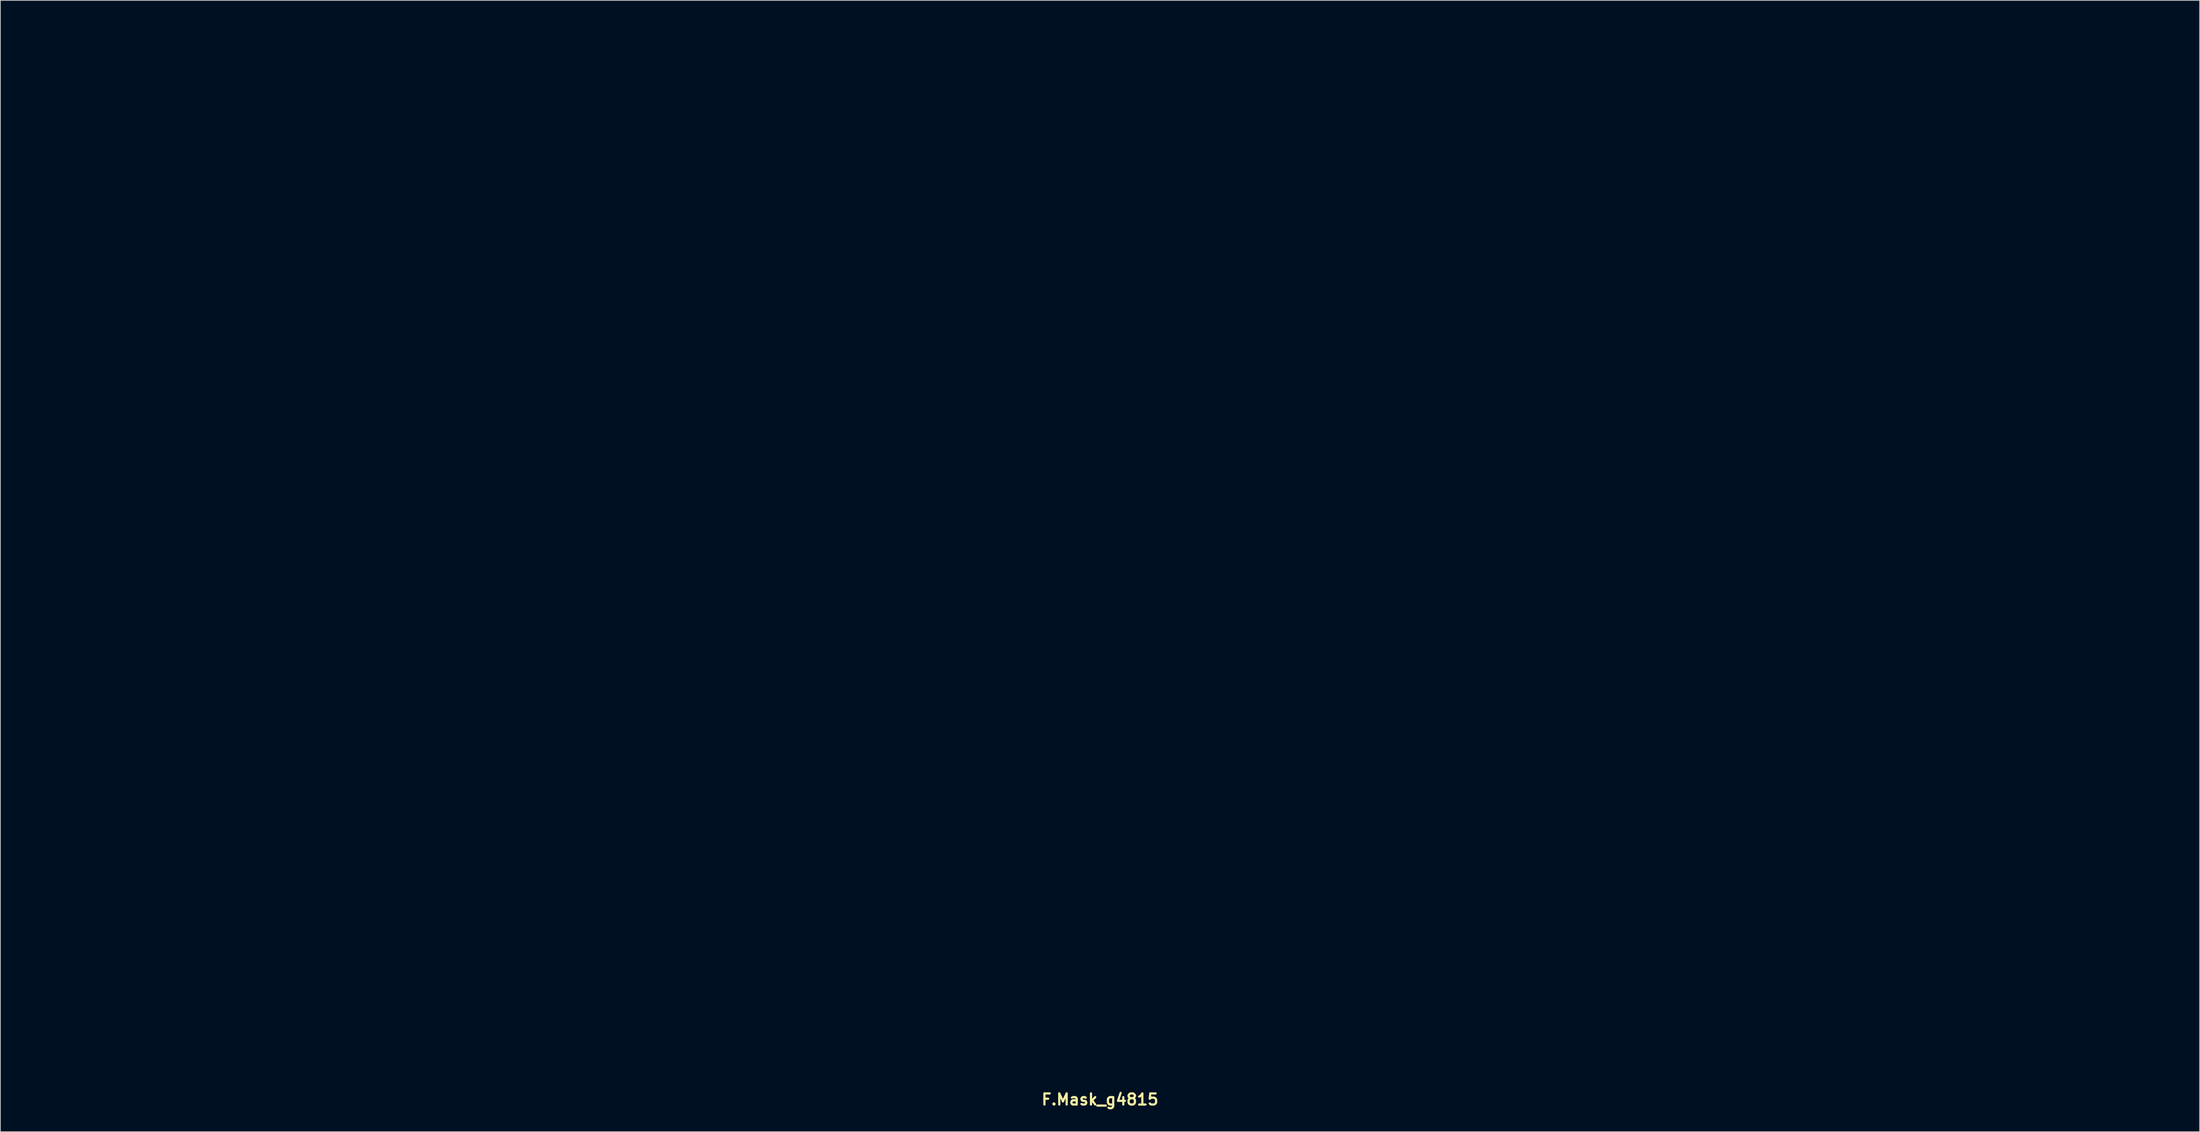
<source format=kicad_pcb>
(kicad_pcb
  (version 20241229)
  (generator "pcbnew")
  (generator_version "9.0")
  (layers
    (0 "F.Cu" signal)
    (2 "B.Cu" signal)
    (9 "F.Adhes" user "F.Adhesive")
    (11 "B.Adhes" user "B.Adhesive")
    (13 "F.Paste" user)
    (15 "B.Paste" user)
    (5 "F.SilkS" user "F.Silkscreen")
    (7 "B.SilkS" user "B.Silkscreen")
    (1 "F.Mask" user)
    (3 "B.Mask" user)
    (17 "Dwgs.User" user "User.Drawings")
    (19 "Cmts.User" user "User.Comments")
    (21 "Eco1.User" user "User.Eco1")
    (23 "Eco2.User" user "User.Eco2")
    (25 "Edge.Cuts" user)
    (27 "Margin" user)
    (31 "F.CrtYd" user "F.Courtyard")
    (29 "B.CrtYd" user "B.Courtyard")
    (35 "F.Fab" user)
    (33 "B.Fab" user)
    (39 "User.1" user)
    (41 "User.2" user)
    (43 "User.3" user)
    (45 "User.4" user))
  (footprint "F.Mask_g4815"
    (layer "F.Cu")
    (at 147.788 147.788)
    (property "Reference" "F.Mask_g4815" (at 0 0 0) (layer "F.SilkS") (effects (font (size 1.524 1.524) (thickness 0.3))))
    (attr through_hole)
    (fp_poly (pts (xy -22.254 -95.393) (xy -22.262 -95.364) (xy -22.282 -95.297) (xy -22.313 -95.193) (xy -22.354 -95.054) (xy -22.404 -94.881) (xy -22.465 -94.677) (xy -22.533 -94.444) (xy -22.61 -94.182) (xy -22.695 -93.895) (xy -22.787 -93.584) (xy -22.885 -93.25) (xy -22.989 -92.896) (xy -23.099 -92.523) (xy -23.214 -92.133) (xy -23.333 -91.728) (xy -23.456 -91.311) (xy -23.582 -90.882) (xy -23.666 -90.598) (xy -25.051 -85.893) (xy -40.8 -74.659) (xy -56.55 -63.426) (xy -44.118 -63.421) (xy -43.395 -63.42) (xy -42.682 -63.42) (xy -41.98 -63.419) (xy -41.292 -63.419) (xy -40.618 -63.418) (xy -39.959 -63.418) (xy -39.316 -63.417) (xy -38.691 -63.417) (xy -38.085 -63.416) (xy -37.499 -63.415) (xy -36.934 -63.415) (xy -36.391 -63.414) (xy -35.871 -63.413) (xy -35.376 -63.412) (xy -34.907 -63.411) (xy -34.465 -63.411) (xy -34.051 -63.41) (xy -33.667 -63.409) (xy -33.312 -63.408) (xy -32.99 -63.407) (xy -32.7 -63.406) (xy -32.444 -63.405) (xy -32.223 -63.404) (xy -32.039 -63.403) (xy -31.892 -63.402) (xy -31.783 -63.401) (xy -31.715 -63.401) (xy -31.687 -63.4) (xy -31.687 -63.399) (xy -31.693 -63.378) (xy -31.71 -63.318) (xy -31.738 -63.22) (xy -31.777 -63.088) (xy -31.826 -62.921) (xy -31.884 -62.723) (xy -31.951 -62.495) (xy -32.026 -62.238) (xy -32.109 -61.955) (xy -32.2 -61.648) (xy -32.297 -61.317) (xy -32.401 -60.965) (xy -32.51 -60.593) (xy -32.625 -60.204) (xy -32.744 -59.798) (xy -32.868 -59.378) (xy -32.995 -58.946) (xy -33.126 -58.503) (xy -33.131 -58.483) (xy -34.576 -53.583) (xy -56.644 -53.578) (xy -78.712 -53.573) (xy -78.24 -55.176) (xy -78.178 -55.384) (xy -78.106 -55.63) (xy -78.024 -55.908) (xy -77.933 -56.216) (xy -77.835 -56.549) (xy -77.73 -56.904) (xy -77.62 -57.277) (xy -77.506 -57.665) (xy -77.389 -58.063) (xy -77.269 -58.469) (xy -77.149 -58.877) (xy -77.029 -59.285) (xy -76.91 -59.689) (xy -76.793 -60.085) (xy -76.79 -60.095) (xy -75.813 -63.411) (xy -60.693 -74.648) (xy -45.574 -85.884) (xy -57.373 -85.889) (xy -58.247 -85.889) (xy -59.079 -85.89) (xy -59.871 -85.89) (xy -60.623 -85.891) (xy -61.336 -85.891) (xy -62.011 -85.892) (xy -62.649 -85.892) (xy -63.252 -85.893) (xy -63.818 -85.894) (xy -64.351 -85.894) (xy -64.85 -85.895) (xy -65.317 -85.896) (xy -65.751 -85.896) (xy -66.155 -85.897) (xy -66.529 -85.898) (xy -66.875 -85.899) (xy -67.191 -85.9) (xy -67.481 -85.901) (xy -67.744 -85.902) (xy -67.982 -85.903) (xy -68.195 -85.904) (xy -68.385 -85.905) (xy -68.552 -85.907) (xy -68.696 -85.908) (xy -68.82 -85.909) (xy -68.923 -85.911) (xy -69.008 -85.913) (xy -69.074 -85.914) (xy -69.122 -85.916) (xy -69.154 -85.918) (xy -69.17 -85.92) (xy -69.172 -85.921) (xy -69.166 -85.943) (xy -69.149 -86.005) (xy -69.12 -86.103) (xy -69.082 -86.236) (xy -69.033 -86.403) (xy -68.975 -86.602) (xy -68.908 -86.831) (xy -68.833 -87.087) (xy -68.75 -87.37) (xy -68.66 -87.677) (xy -68.563 -88.008) (xy -68.46 -88.359) (xy -68.351 -88.729) (xy -68.237 -89.117) (xy -68.118 -89.52) (xy -67.995 -89.937) (xy -67.869 -90.366) (xy -67.767 -90.71) (xy -66.363 -95.472) (xy -44.295 -95.478) (xy -22.227 -95.483) (xy -22.254 -95.393)) (stroke (width 0.01) (type solid)) (fill yes) (layer "F.Mask"))
    (fp_poly (pts (xy -12.023 -95.419) (xy -11.485 -95.419) (xy -10.96 -95.419) (xy -10.449 -95.419) (xy -9.954 -95.419) (xy -9.476 -95.419) (xy -9.016 -95.419) (xy -8.576 -95.418) (xy -8.159 -95.418) (xy -7.764 -95.418) (xy -7.395 -95.417) (xy -7.051 -95.417) (xy -6.736 -95.417) (xy -6.45 -95.416) (xy -6.195 -95.416) (xy -5.972 -95.416) (xy -5.784 -95.415) (xy -5.631 -95.415) (xy -5.515 -95.414) (xy -5.438 -95.414) (xy -5.401 -95.414) (xy -5.397 -95.413) (xy -5.403 -95.393) (xy -5.421 -95.333) (xy -5.45 -95.235) (xy -5.489 -95.101) (xy -5.539 -94.931) (xy -5.599 -94.727) (xy -5.669 -94.49) (xy -5.748 -94.221) (xy -5.836 -93.922) (xy -5.932 -93.595) (xy -6.037 -93.239) (xy -6.15 -92.858) (xy -6.269 -92.451) (xy -6.396 -92.02) (xy -6.53 -91.567) (xy -6.669 -91.093) (xy -6.815 -90.599) (xy -6.966 -90.086) (xy -7.122 -89.556) (xy -7.283 -89.01) (xy -7.448 -88.449) (xy -7.618 -87.874) (xy -7.791 -87.288) (xy -7.967 -86.691) (xy -8.042 -86.434) (xy -8.219 -85.833) (xy -8.394 -85.241) (xy -8.564 -84.662) (xy -8.731 -84.095) (xy -8.894 -83.543) (xy -9.052 -83.006) (xy -9.205 -82.486) (xy -9.353 -81.983) (xy -9.495 -81.501) (xy -9.631 -81.039) (xy -9.761 -80.598) (xy -9.884 -80.181) (xy -9.999 -79.789) (xy -10.107 -79.422) (xy -10.207 -79.083) (xy -10.298 -78.772) (xy -10.381 -78.49) (xy -10.454 -78.24) (xy -10.518 -78.022) (xy -10.572 -77.838) (xy -10.616 -77.688) (xy -10.649 -77.575) (xy -10.671 -77.499) (xy -10.682 -77.461) (xy -10.683 -77.458) (xy -10.667 -77.472) (xy -10.621 -77.514) (xy -10.546 -77.583) (xy -10.442 -77.679) (xy -10.311 -77.8) (xy -10.152 -77.947) (xy -9.968 -78.117) (xy -9.758 -78.311) (xy -9.524 -78.528) (xy -9.267 -78.766) (xy -8.986 -79.026) (xy -8.684 -79.306) (xy -8.361 -79.605) (xy -8.017 -79.923) (xy -7.654 -80.259) (xy -7.273 -80.612) (xy -6.874 -80.982) (xy -6.458 -81.367) (xy -6.026 -81.768) (xy -5.578 -82.182) (xy -5.116 -82.61) (xy -4.641 -83.05) (xy -4.153 -83.503) (xy -3.653 -83.966) (xy -3.142 -84.439) (xy -2.62 -84.922) (xy -2.09 -85.414) (xy -1.55 -85.914) (xy -1.003 -86.421) (xy -0.986 -86.437) (xy 8.706 -95.419) (xy 25.41 -95.419) (xy 25.357 -95.369) (xy 25.339 -95.352) (xy 25.291 -95.307) (xy 25.214 -95.234) (xy 25.108 -95.134) (xy 24.974 -95.008) (xy 24.814 -94.856) (xy 24.627 -94.679) (xy 24.414 -94.479) (xy 24.177 -94.255) (xy 23.915 -94.008) (xy 23.63 -93.739) (xy 23.323 -93.449) (xy 22.994 -93.138) (xy 22.643 -92.808) (xy 22.272 -92.458) (xy 21.882 -92.089) (xy 21.473 -91.703) (xy 21.046 -91.3) (xy 20.601 -90.88) (xy 20.139 -90.445) (xy 19.662 -89.995) (xy 19.17 -89.53) (xy 18.663 -89.052) (xy 18.143 -88.561) (xy 17.61 -88.058) (xy 17.064 -87.543) (xy 16.507 -87.018) (xy 15.94 -86.482) (xy 15.362 -85.938) (xy 14.776 -85.384) (xy 14.181 -84.823) (xy 13.578 -84.254) (xy 13.399 -84.084) (xy 12.794 -83.514) (xy 12.196 -82.95) (xy 11.607 -82.394) (xy 11.027 -81.847) (xy 10.457 -81.309) (xy 9.897 -80.78) (xy 9.348 -80.262) (xy 8.811 -79.756) (xy 8.287 -79.261) (xy 7.776 -78.779) (xy 7.279 -78.31) (xy 6.797 -77.856) (xy 6.331 -77.416) (xy 5.882 -76.992) (xy 5.449 -76.584) (xy 5.035 -76.193) (xy 4.639 -75.819) (xy 4.262 -75.464) (xy 3.906 -75.127) (xy 3.57 -74.811) (xy 3.256 -74.514) (xy 2.965 -74.239) (xy 2.696 -73.986) (xy 2.452 -73.755) (xy 2.232 -73.548) (xy 2.037 -73.364) (xy 1.869 -73.205) (xy 1.727 -73.071) (xy 1.613 -72.964) (xy 1.527 -72.883) (xy 1.47 -72.829) (xy 1.444 -72.804) (xy 1.442 -72.802) (xy 1.414 -72.773) (xy 1.402 -72.744) (xy 1.402 -72.703) (xy 1.414 -72.636) (xy 1.416 -72.625) (xy 1.439 -72.522) (xy 1.472 -72.386) (xy 1.513 -72.227) (xy 1.561 -72.052) (xy 1.612 -71.87) (xy 1.665 -71.689) (xy 1.717 -71.517) (xy 1.766 -71.362) (xy 1.769 -71.352) (xy 1.994 -70.711) (xy 2.242 -70.104) (xy 2.513 -69.531) (xy 2.808 -68.991) (xy 3.129 -68.481) (xy 3.477 -68.001) (xy 3.853 -67.549) (xy 4.257 -67.123) (xy 4.691 -66.723) (xy 5.156 -66.347) (xy 5.653 -65.993) (xy 6.011 -65.763) (xy 6.425 -65.527) (xy 6.879 -65.301) (xy 7.37 -65.086) (xy 7.898 -64.883) (xy 8.46 -64.692) (xy 9.055 -64.514) (xy 9.681 -64.35) (xy 10.337 -64.199) (xy 11.021 -64.062) (xy 11.731 -63.94) (xy 11.896 -63.915) (xy 12.229 -63.867) (xy 12.601 -63.822) (xy 13.011 -63.777) (xy 13.454 -63.734) (xy 13.928 -63.693) (xy 14.43 -63.654) (xy 14.957 -63.617) (xy 15.507 -63.582) (xy 16.076 -63.55) (xy 16.662 -63.521) (xy 17.262 -63.494) (xy 17.873 -63.471) (xy 18.492 -63.45) (xy 19.092 -63.434) (xy 19.299 -63.429) (xy 19.492 -63.424) (xy 19.668 -63.419) (xy 19.823 -63.415) (xy 19.952 -63.411) (xy 20.052 -63.407) (xy 20.119 -63.404) (xy 20.147 -63.402) (xy 20.148 -63.402) (xy 20.143 -63.382) (xy 20.127 -63.322) (xy 20.099 -63.225) (xy 20.061 -63.094) (xy 20.013 -62.928) (xy 19.956 -62.731) (xy 19.889 -62.503) (xy 19.815 -62.247) (xy 19.732 -61.965) (xy 19.642 -61.658) (xy 19.545 -61.327) (xy 19.442 -60.976) (xy 19.333 -60.604) (xy 19.219 -60.215) (xy 19.099 -59.81) (xy 18.976 -59.39) (xy 18.849 -58.958) (xy 18.718 -58.515) (xy 18.709 -58.484) (xy 17.262 -53.573) (xy 10.878 -53.573) (xy 10.193 -53.573) (xy 9.543 -53.573) (xy 8.927 -53.573) (xy 8.347 -53.574) (xy 7.803 -53.575) (xy 7.296 -53.575) (xy 6.825 -53.576) (xy 6.391 -53.577) (xy 5.996 -53.579) (xy 5.638 -53.58) (xy 5.319 -53.581) (xy 5.04 -53.583) (xy 4.8 -53.585) (xy 4.6 -53.587) (xy 4.441 -53.589) (xy 4.323 -53.591) (xy 4.246 -53.593) (xy 4.221 -53.594) (xy 3.455 -53.664) (xy 2.704 -53.753) (xy 1.972 -53.86) (xy 1.26 -53.985) (xy 0.573 -54.126) (xy -0.086 -54.283) (xy -0.713 -54.456) (xy -1.306 -54.643) (xy -1.584 -54.741) (xy -1.991 -54.895) (xy -2.416 -55.07) (xy -2.854 -55.262) (xy -3.299 -55.468) (xy -3.746 -55.685) (xy -4.188 -55.911) (xy -4.619 -56.142) (xy -5.034 -56.375) (xy -5.426 -56.607) (xy -5.79 -56.835) (xy -6.121 -57.056) (xy -6.18 -57.098) (xy -6.371 -57.237) (xy -6.587 -57.4) (xy -6.82 -57.583) (xy -7.064 -57.779) (xy -7.314 -57.984) (xy -7.561 -58.192) (xy -7.801 -58.398) (xy -8.027 -58.597) (xy -8.117 -58.679) (xy -8.328 -58.872) (xy -8.525 -59.06) (xy -8.712 -59.246) (xy -8.894 -59.435) (xy -9.074 -59.63) (xy -9.254 -59.835) (xy -9.44 -60.055) (xy -9.633 -60.293) (xy -9.839 -60.554) (xy -10.061 -60.842) (xy -10.301 -61.161) (xy -10.329 -61.198) (xy -10.657 -61.637) (xy -12.139 -64.547) (xy -12.306 -64.875) (xy -12.468 -65.192) (xy -12.624 -65.497) (xy -12.772 -65.787) (xy -12.913 -66.061) (xy -13.044 -66.316) (xy -13.164 -66.55) (xy -13.273 -66.761) (xy -13.37 -66.948) (xy -13.453 -67.107) (xy -13.522 -67.238) (xy -13.575 -67.339) (xy -13.612 -67.406) (xy -13.631 -67.439) (xy -13.633 -67.442) (xy -13.64 -67.42) (xy -13.659 -67.36) (xy -13.688 -67.262) (xy -13.728 -67.128) (xy -13.779 -66.959) (xy -13.839 -66.757) (xy -13.908 -66.523) (xy -13.987 -66.259) (xy -14.073 -65.966) (xy -14.168 -65.645) (xy -14.271 -65.299) (xy -14.38 -64.929) (xy -14.496 -64.535) (xy -14.619 -64.12) (xy -14.747 -63.686) (xy -14.881 -63.232) (xy -15.02 -62.762) (xy -15.163 -62.276) (xy -15.31 -61.777) (xy -15.461 -61.264) (xy -15.616 -60.741) (xy -15.687 -60.5) (xy -17.727 -53.573) (xy -32.072 -53.573) (xy -32.058 -53.631) (xy -32.051 -53.653) (xy -32.033 -53.715) (xy -32.004 -53.815) (xy -31.964 -53.952) (xy -31.912 -54.127) (xy -31.851 -54.336) (xy -31.779 -54.58) (xy -31.697 -54.857) (xy -31.606 -55.167) (xy -31.506 -55.508) (xy -31.397 -55.879) (xy -31.279 -56.279) (xy -31.152 -56.707) (xy -31.018 -57.163) (xy -30.876 -57.644) (xy -30.727 -58.151) (xy -30.571 -58.682) (xy -30.408 -59.235) (xy -30.238 -59.811) (xy -30.063 -60.408) (xy -29.881 -61.024) (xy -29.694 -61.659) (xy -29.502 -62.312) (xy -29.304 -62.982) (xy -29.102 -63.667) (xy -28.896 -64.367) (xy -28.686 -65.081) (xy -28.472 -65.808) (xy -28.254 -66.546) (xy -28.034 -67.294) (xy -27.811 -68.052) (xy -27.585 -68.818) (xy -27.357 -69.592) (xy -27.127 -70.373) (xy -26.895 -71.158) (xy -26.663 -71.948) (xy -26.429 -72.741) (xy -26.195 -73.537) (xy -25.96 -74.333) (xy -25.725 -75.13) (xy -25.491 -75.926) (xy -25.257 -76.72) (xy -25.024 -77.511) (xy -24.792 -78.298) (xy -24.561 -79.08) (xy -24.333 -79.856) (xy -24.106 -80.624) (xy -23.882 -81.385) (xy -23.661 -82.137) (xy -23.442 -82.878) (xy -23.227 -83.608) (xy -23.016 -84.326) (xy -22.808 -85.03) (xy -22.605 -85.72) (xy -22.406 -86.395) (xy -22.212 -87.053) (xy -22.023 -87.694) (xy -21.84 -88.316) (xy -21.662 -88.919) (xy -21.49 -89.501) (xy -21.325 -90.061) (xy -21.167 -90.599) (xy -21.015 -91.113) (xy -20.871 -91.603) (xy -20.734 -92.066) (xy -20.605 -92.503) (xy -20.485 -92.912) (xy -20.373 -93.292) (xy -20.27 -93.643) (xy -20.175 -93.962) (xy -20.091 -94.249) (xy -20.016 -94.503) (xy -19.951 -94.723) (xy -19.896 -94.909) (xy -19.852 -95.057) (xy -19.819 -95.169) (xy -19.797 -95.243) (xy -19.787 -95.276) (xy -19.744 -95.419) (xy -12.571 -95.419) (xy -12.023 -95.419)) (stroke (width 0.01) (type solid)) (fill yes) (layer "F.Mask"))
    (fp_poly (pts (xy -97.244 -95.419) (xy -96.286 -95.419) (xy -95.361 -95.419) (xy -94.469 -95.418) (xy -93.61 -95.418) (xy -92.784 -95.418) (xy -91.993 -95.417) (xy -91.237 -95.417) (xy -90.515 -95.416) (xy -89.829 -95.416) (xy -89.179 -95.415) (xy -88.565 -95.414) (xy -87.988 -95.413) (xy -87.448 -95.413) (xy -86.945 -95.412) (xy -86.48 -95.411) (xy -86.053 -95.41) (xy -85.665 -95.409) (xy -85.316 -95.407) (xy -85.006 -95.406) (xy -84.737 -95.405) (xy -84.507 -95.404) (xy -84.319 -95.402) (xy -84.171 -95.401) (xy -84.065 -95.399) (xy -84.001 -95.398) (xy -84 -95.398) (xy -83.192 -95.355) (xy -82.418 -95.29) (xy -81.68 -95.201) (xy -80.976 -95.088) (xy -80.306 -94.952) (xy -79.67 -94.792) (xy -79.068 -94.608) (xy -78.499 -94.401) (xy -77.963 -94.169) (xy -77.46 -93.913) (xy -76.989 -93.633) (xy -76.551 -93.328) (xy -76.144 -92.999) (xy -75.768 -92.645) (xy -75.6 -92.468) (xy -75.258 -92.072) (xy -74.955 -91.675) (xy -74.69 -91.274) (xy -74.458 -90.863) (xy -74.257 -90.437) (xy -74.085 -89.992) (xy -73.991 -89.704) (xy -73.869 -89.228) (xy -73.782 -88.733) (xy -73.732 -88.221) (xy -73.717 -87.692) (xy -73.738 -87.149) (xy -73.795 -86.594) (xy -73.887 -86.029) (xy -74.014 -85.455) (xy -74.176 -84.875) (xy -74.373 -84.291) (xy -74.475 -84.021) (xy -74.739 -83.399) (xy -75.035 -82.797) (xy -75.365 -82.216) (xy -75.728 -81.653) (xy -76.127 -81.108) (xy -76.562 -80.578) (xy -77.034 -80.064) (xy -77.544 -79.563) (xy -78.093 -79.074) (xy -78.682 -78.596) (xy -78.732 -78.558) (xy -79.306 -78.14) (xy -79.915 -77.746) (xy -80.555 -77.376) (xy -81.225 -77.031) (xy -81.924 -76.712) (xy -82.648 -76.419) (xy -83.396 -76.155) (xy -84.166 -75.92) (xy -84.19 -75.913) (xy -84.26 -75.892) (xy -84.314 -75.875) (xy -84.337 -75.866) (xy -84.324 -75.857) (xy -84.274 -75.841) (xy -84.195 -75.817) (xy -84.092 -75.788) (xy -83.97 -75.755) (xy -83.914 -75.741) (xy -83.236 -75.554) (xy -82.596 -75.348) (xy -81.993 -75.124) (xy -81.426 -74.881) (xy -80.896 -74.618) (xy -80.402 -74.336) (xy -79.943 -74.034) (xy -79.52 -73.712) (xy -79.212 -73.447) (xy -78.86 -73.095) (xy -78.541 -72.719) (xy -78.255 -72.317) (xy -78.004 -71.892) (xy -77.788 -71.443) (xy -77.606 -70.971) (xy -77.46 -70.478) (xy -77.349 -69.963) (xy -77.275 -69.428) (xy -77.268 -69.365) (xy -77.238 -68.857) (xy -77.241 -68.327) (xy -77.277 -67.78) (xy -77.345 -67.219) (xy -77.444 -66.646) (xy -77.572 -66.066) (xy -77.73 -65.482) (xy -77.917 -64.896) (xy -78.13 -64.313) (xy -78.37 -63.736) (xy -78.636 -63.168) (xy -78.926 -62.613) (xy -79.202 -62.135) (xy -79.492 -61.675) (xy -79.791 -61.236) (xy -80.106 -60.81) (xy -80.441 -60.392) (xy -80.801 -59.975) (xy -81.191 -59.553) (xy -81.544 -59.192) (xy -82.022 -58.729) (xy -82.497 -58.3) (xy -82.979 -57.897) (xy -83.475 -57.515) (xy -83.995 -57.145) (xy -84.25 -56.973) (xy -84.573 -56.765) (xy -84.912 -56.557) (xy -85.26 -56.352) (xy -85.611 -56.154) (xy -85.96 -55.965) (xy -86.3 -55.791) (xy -86.625 -55.632) (xy -86.93 -55.493) (xy -87.207 -55.378) (xy -87.217 -55.374) (xy -87.533 -55.258) (xy -87.885 -55.143) (xy -88.268 -55.03) (xy -88.675 -54.921) (xy -89.102 -54.817) (xy -89.543 -54.72) (xy -89.99 -54.631) (xy -90.276 -54.58) (xy -90.647 -54.517) (xy -91.054 -54.452) (xy -91.488 -54.385) (xy -91.943 -54.316) (xy -92.412 -54.248) (xy -92.888 -54.182) (xy -93.362 -54.117) (xy -93.829 -54.055) (xy -94.281 -53.998) (xy -94.711 -53.946) (xy -94.901 -53.924) (xy -95.362 -53.873) (xy -95.853 -53.823) (xy -96.364 -53.774) (xy -96.882 -53.729) (xy -97.399 -53.686) (xy -97.904 -53.648) (xy -98.386 -53.616) (xy -98.75 -53.594) (xy -98.801 -53.592) (xy -98.892 -53.591) (xy -99.021 -53.589) (xy -99.188 -53.588) (xy -99.39 -53.586) (xy -99.626 -53.585) (xy -99.896 -53.584) (xy -100.196 -53.582) (xy -100.527 -53.581) (xy -100.886 -53.58) (xy -101.272 -53.579) (xy -101.685 -53.578) (xy -102.121 -53.577) (xy -102.581 -53.576) (xy -103.062 -53.576) (xy -103.563 -53.575) (xy -104.083 -53.574) (xy -104.621 -53.574) (xy -105.174 -53.573) (xy -105.742 -53.573) (xy -106.323 -53.572) (xy -106.916 -53.572) (xy -107.519 -53.572) (xy -108.131 -53.571) (xy -108.75 -53.571) (xy -109.376 -53.571) (xy -110.006 -53.571) (xy -110.64 -53.571) (xy -111.275 -53.571) (xy -111.911 -53.571) (xy -112.546 -53.571) (xy -113.178 -53.572) (xy -113.807 -53.572) (xy -114.43 -53.572) (xy -115.047 -53.573) (xy -115.656 -53.573) (xy -116.256 -53.574) (xy -116.845 -53.574) (xy -117.421 -53.575) (xy -117.984 -53.576) (xy -118.532 -53.576) (xy -119.063 -53.577) (xy -119.577 -53.578) (xy -120.071 -53.579) (xy -120.545 -53.58) (xy -120.997 -53.581) (xy -121.425 -53.582) (xy -121.828 -53.583) (xy -122.205 -53.584) (xy -122.554 -53.585) (xy -122.875 -53.587) (xy -123.164 -53.588) (xy -123.422 -53.589) (xy -123.646 -53.591) (xy -123.836 -53.592) (xy -123.99 -53.594) (xy -124.106 -53.595) (xy -124.183 -53.597) (xy -124.219 -53.599) (xy -124.222 -53.599) (xy -124.216 -53.621) (xy -124.198 -53.682) (xy -124.168 -53.782) (xy -124.127 -53.92) (xy -124.076 -54.095) (xy -124.013 -54.307) (xy -123.94 -54.554) (xy -123.857 -54.836) (xy -123.764 -55.151) (xy -123.661 -55.5) (xy -123.549 -55.881) (xy -123.428 -56.293) (xy -123.297 -56.735) (xy -123.158 -57.207) (xy -123.011 -57.708) (xy -122.855 -58.236) (xy -122.691 -58.792) (xy -122.519 -59.374) (xy -122.341 -59.981) (xy -122.154 -60.613) (xy -121.961 -61.268) (xy -121.761 -61.946) (xy -121.566 -62.608) (xy -107.082 -62.608) (xy -107.061 -62.606) (xy -107.001 -62.603) (xy -106.902 -62.601) (xy -106.769 -62.6) (xy -106.603 -62.598) (xy -106.407 -62.597) (xy -106.182 -62.595) (xy -105.932 -62.595) (xy -105.659 -62.594) (xy -105.365 -62.593) (xy -105.053 -62.593) (xy -104.725 -62.593) (xy -104.384 -62.593) (xy -104.031 -62.593) (xy -103.669 -62.594) (xy -103.302 -62.594) (xy -102.93 -62.595) (xy -102.556 -62.596) (xy -102.184 -62.597) (xy -101.815 -62.598) (xy -101.451 -62.6) (xy -101.096 -62.601) (xy -100.751 -62.603) (xy -100.419 -62.604) (xy -100.102 -62.606) (xy -99.802 -62.608) (xy -99.523 -62.61) (xy -99.266 -62.613) (xy -99.034 -62.615) (xy -98.83 -62.617) (xy -98.655 -62.62) (xy -98.512 -62.622) (xy -98.403 -62.625) (xy -98.331 -62.627) (xy -98.309 -62.629) (xy -98.191 -62.64) (xy -98.046 -62.654) (xy -97.888 -62.67) (xy -97.731 -62.687) (xy -97.642 -62.697) (xy -97.069 -62.773) (xy -96.525 -62.871) (xy -96.01 -62.99) (xy -95.527 -63.131) (xy -95.076 -63.292) (xy -94.66 -63.474) (xy -94.28 -63.675) (xy -94.24 -63.699) (xy -93.823 -63.971) (xy -93.438 -64.271) (xy -93.085 -64.596) (xy -92.765 -64.948) (xy -92.479 -65.323) (xy -92.227 -65.723) (xy -92.011 -66.145) (xy -91.83 -66.59) (xy -91.8 -66.678) (xy -91.704 -66.986) (xy -91.634 -67.272) (xy -91.589 -67.544) (xy -91.565 -67.812) (xy -91.561 -67.987) (xy -91.579 -68.325) (xy -91.635 -68.643) (xy -91.727 -68.942) (xy -91.858 -69.224) (xy -92.029 -69.491) (xy -92.239 -69.745) (xy -92.365 -69.873) (xy -92.518 -70.011) (xy -92.673 -70.129) (xy -92.841 -70.237) (xy -93.037 -70.342) (xy -93.059 -70.353) (xy -93.287 -70.458) (xy -93.529 -70.553) (xy -93.788 -70.638) (xy -94.068 -70.714) (xy -94.373 -70.782) (xy -94.705 -70.843) (xy -95.068 -70.897) (xy -95.466 -70.945) (xy -95.902 -70.988) (xy -96.001 -70.997) (xy -96.061 -71) (xy -96.16 -71.003) (xy -96.299 -71.006) (xy -96.477 -71.009) (xy -96.695 -71.012) (xy -96.954 -71.014) (xy -97.253 -71.017) (xy -97.593 -71.019) (xy -97.973 -71.021) (xy -98.395 -71.023) (xy -98.859 -71.025) (xy -99.364 -71.026) (xy -99.91 -71.028) (xy -100.439 -71.029) (xy -104.602 -71.038) (xy -104.624 -70.968) (xy -104.635 -70.931) (xy -104.657 -70.857) (xy -104.69 -70.748) (xy -104.732 -70.606) (xy -104.783 -70.434) (xy -104.842 -70.234) (xy -104.909 -70.007) (xy -104.982 -69.758) (xy -105.062 -69.487) (xy -105.148 -69.197) (xy -105.238 -68.891) (xy -105.332 -68.571) (xy -105.43 -68.238) (xy -105.531 -67.897) (xy -105.633 -67.547) (xy -105.738 -67.193) (xy -105.843 -66.837) (xy -105.948 -66.48) (xy -106.052 -66.125) (xy -106.155 -65.774) (xy -106.256 -65.43) (xy -106.354 -65.095) (xy -106.449 -64.771) (xy -106.541 -64.461) (xy -106.627 -64.167) (xy -106.708 -63.891) (xy -106.783 -63.636) (xy -106.851 -63.403) (xy -106.912 -63.196) (xy -106.964 -63.016) (xy -107.008 -62.866) (xy -107.042 -62.748) (xy -107.066 -62.664) (xy -107.08 -62.618) (xy -107.082 -62.608) (xy -121.566 -62.608) (xy -121.555 -62.646) (xy -121.343 -63.367) (xy -121.124 -64.108) (xy -120.9 -64.869) (xy -120.67 -65.648) (xy -120.435 -66.445) (xy -120.196 -67.259) (xy -119.951 -68.088) (xy -119.702 -68.933) (xy -119.449 -69.792) (xy -119.192 -70.665) (xy -118.931 -71.55) (xy -118.667 -72.447) (xy -118.399 -73.355) (xy -118.129 -74.273) (xy -118.055 -74.522) (xy -116.72 -79.055) (xy -102.235 -79.055) (xy -102.214 -79.052) (xy -102.151 -79.049) (xy -102.048 -79.047) (xy -101.906 -79.046) (xy -101.724 -79.044) (xy -101.504 -79.043) (xy -101.248 -79.042) (xy -100.955 -79.041) (xy -100.626 -79.04) (xy -100.263 -79.04) (xy -99.867 -79.04) (xy -99.438 -79.041) (xy -98.977 -79.041) (xy -98.578 -79.042) (xy -98.109 -79.043) (xy -97.681 -79.044) (xy -97.29 -79.045) (xy -96.936 -79.046) (xy -96.616 -79.047) (xy -96.328 -79.048) (xy -96.07 -79.05) (xy -95.84 -79.051) (xy -95.637 -79.053) (xy -95.457 -79.054) (xy -95.299 -79.056) (xy -95.161 -79.059) (xy -95.041 -79.061) (xy -94.937 -79.064) (xy -94.847 -79.067) (xy -94.768 -79.07) (xy -94.7 -79.073) (xy -94.639 -79.077) (xy -94.583 -79.082) (xy -94.541 -79.085) (xy -94.009 -79.143) (xy -93.514 -79.214) (xy -93.056 -79.298) (xy -92.63 -79.396) (xy -92.235 -79.509) (xy -91.869 -79.638) (xy -91.528 -79.782) (xy -91.21 -79.944) (xy -90.913 -80.124) (xy -90.784 -80.212) (xy -90.421 -80.493) (xy -90.09 -80.801) (xy -89.79 -81.137) (xy -89.522 -81.5) (xy -89.285 -81.892) (xy -89.079 -82.313) (xy -88.903 -82.763) (xy -88.836 -82.965) (xy -88.732 -83.351) (xy -88.664 -83.721) (xy -88.633 -84.074) (xy -88.637 -84.408) (xy -88.678 -84.723) (xy -88.755 -85.018) (xy -88.868 -85.293) (xy -88.99 -85.504) (xy -89.089 -85.641) (xy -89.211 -85.783) (xy -89.344 -85.922) (xy -89.479 -86.045) (xy -89.606 -86.143) (xy -89.618 -86.151) (xy -89.878 -86.304) (xy -90.176 -86.439) (xy -90.512 -86.557) (xy -90.887 -86.657) (xy -91.299 -86.741) (xy -91.749 -86.807) (xy -92.011 -86.835) (xy -92.113 -86.845) (xy -92.216 -86.854) (xy -92.323 -86.862) (xy -92.435 -86.869) (xy -92.555 -86.875) (xy -92.685 -86.881) (xy -92.828 -86.886) (xy -92.985 -86.89) (xy -93.158 -86.894) (xy -93.351 -86.898) (xy -93.564 -86.901) (xy -93.801 -86.903) (xy -94.064 -86.905) (xy -94.354 -86.907) (xy -94.675 -86.908) (xy -95.027 -86.909) (xy -95.414 -86.91) (xy -95.838 -86.91) (xy -96.3 -86.91) (xy -96.588 -86.91) (xy -99.926 -86.91) (xy -99.968 -86.767) (xy -100.075 -86.407) (xy -100.184 -86.035) (xy -100.297 -85.653) (xy -100.412 -85.265) (xy -100.528 -84.871) (xy -100.645 -84.473) (xy -100.762 -84.075) (xy -100.879 -83.677) (xy -100.995 -83.283) (xy -101.11 -82.894) (xy -101.222 -82.512) (xy -101.332 -82.139) (xy -101.438 -81.777) (xy -101.54 -81.429) (xy -101.638 -81.096) (xy -101.731 -80.781) (xy -101.817 -80.486) (xy -101.898 -80.212) (xy -101.971 -79.963) (xy -102.036 -79.739) (xy -102.094 -79.543) (xy -102.142 -79.377) (xy -102.181 -79.243) (xy -102.21 -79.143) (xy -102.228 -79.08) (xy -102.235 -79.055) (xy -102.235 -79.055) (xy -116.72 -79.055) (xy -111.898 -95.419) (xy -98.234 -95.419) (xy -97.244 -95.419)) (stroke (width 0.01) (type solid)) (fill yes) (layer "F.Mask"))
    (fp_poly (pts (xy 116.866 -95.604) (xy 117.104 -95.604) (xy 117.308 -95.604) (xy 117.477 -95.603) (xy 117.608 -95.602) (xy 117.701 -95.601) (xy 117.755 -95.6) (xy 117.768 -95.599) (xy 117.763 -95.578) (xy 117.746 -95.519) (xy 117.719 -95.422) (xy 117.681 -95.289) (xy 117.633 -95.123) (xy 117.575 -94.925) (xy 117.509 -94.696) (xy 117.434 -94.439) (xy 117.351 -94.155) (xy 117.261 -93.846) (xy 117.163 -93.514) (xy 117.06 -93.159) (xy 116.95 -92.785) (xy 116.834 -92.392) (xy 116.714 -91.983) (xy 116.589 -91.559) (xy 116.461 -91.121) (xy 116.329 -90.673) (xy 116.266 -90.461) (xy 114.755 -85.333) (xy 106.606 -85.322) (xy 98.457 -85.311) (xy 98.266 -85.267) (xy 98.059 -85.209) (xy 97.883 -85.14) (xy 97.73 -85.055) (xy 97.662 -85.008) (xy 97.559 -84.924) (xy 97.479 -84.836) (xy 97.417 -84.738) (xy 97.373 -84.625) (xy 97.345 -84.49) (xy 97.33 -84.328) (xy 97.328 -84.133) (xy 97.33 -84.024) (xy 97.339 -83.83) (xy 97.356 -83.638) (xy 97.381 -83.44) (xy 97.417 -83.23) (xy 97.464 -82.999) (xy 97.523 -82.739) (xy 97.559 -82.592) (xy 97.639 -82.282) (xy 97.733 -81.936) (xy 97.84 -81.558) (xy 97.959 -81.154) (xy 98.088 -80.727) (xy 98.227 -80.281) (xy 98.373 -79.821) (xy 98.526 -79.35) (xy 98.683 -78.872) (xy 98.845 -78.392) (xy 99.009 -77.913) (xy 99.174 -77.441) (xy 99.339 -76.978) (xy 99.502 -76.529) (xy 99.602 -76.26) (xy 99.851 -75.593) (xy 100.111 -74.891) (xy 100.383 -74.153) (xy 100.667 -73.379) (xy 100.963 -72.567) (xy 101.272 -71.717) (xy 101.593 -70.829) (xy 101.928 -69.901) (xy 102.171 -69.226) (xy 102.259 -68.981) (xy 102.345 -68.743) (xy 102.428 -68.516) (xy 102.506 -68.303) (xy 102.577 -68.108) (xy 102.641 -67.935) (xy 102.696 -67.787) (xy 102.741 -67.669) (xy 102.774 -67.584) (xy 102.79 -67.543) (xy 102.937 -67.162) (xy 103.059 -66.759) (xy 103.16 -66.331) (xy 103.239 -65.872) (xy 103.277 -65.585) (xy 103.286 -65.482) (xy 103.293 -65.341) (xy 103.298 -65.165) (xy 103.301 -64.959) (xy 103.303 -64.725) (xy 103.303 -64.632) (xy 103.3 -64.291) (xy 103.292 -63.983) (xy 103.279 -63.701) (xy 103.259 -63.435) (xy 103.233 -63.178) (xy 103.199 -62.921) (xy 103.198 -62.913) (xy 103.094 -62.328) (xy 102.953 -61.749) (xy 102.773 -61.175) (xy 102.555 -60.602) (xy 102.297 -60.031) (xy 101.998 -59.459) (xy 101.658 -58.884) (xy 101.42 -58.515) (xy 101.139 -58.115) (xy 100.848 -57.739) (xy 100.543 -57.385) (xy 100.219 -57.049) (xy 99.874 -56.728) (xy 99.504 -56.418) (xy 99.104 -56.115) (xy 98.671 -55.817) (xy 98.2 -55.519) (xy 98.044 -55.424) (xy 97.557 -55.147) (xy 97.08 -54.904) (xy 96.602 -54.69) (xy 96.116 -54.501) (xy 95.611 -54.333) (xy 95.516 -54.304) (xy 95.072 -54.179) (xy 94.619 -54.066) (xy 94.154 -53.966) (xy 93.67 -53.877) (xy 93.164 -53.798) (xy 92.63 -53.728) (xy 92.064 -53.668) (xy 91.535 -53.621) (xy 91.509 -53.619) (xy 91.48 -53.617) (xy 91.446 -53.615) (xy 91.408 -53.614) (xy 91.363 -53.612) (xy 91.313 -53.61) (xy 91.254 -53.609) (xy 91.188 -53.607) (xy 91.113 -53.606) (xy 91.028 -53.605) (xy 90.933 -53.603) (xy 90.826 -53.602) (xy 90.707 -53.601) (xy 90.576 -53.6) (xy 90.431 -53.599) (xy 90.271 -53.597) (xy 90.096 -53.596) (xy 89.906 -53.595) (xy 89.698 -53.595) (xy 89.473 -53.594) (xy 89.229 -53.593) (xy 88.966 -53.592) (xy 88.684 -53.591) (xy 88.38 -53.591) (xy 88.055 -53.59) (xy 87.708 -53.589) (xy 87.337 -53.589) (xy 86.943 -53.588) (xy 86.524 -53.587) (xy 86.08 -53.587) (xy 85.609 -53.586) (xy 85.111 -53.586) (xy 84.585 -53.585) (xy 84.031 -53.585) (xy 83.447 -53.584) (xy 82.833 -53.584) (xy 82.188 -53.584) (xy 81.511 -53.583) (xy 80.802 -53.583) (xy 80.059 -53.582) (xy 79.282 -53.582) (xy 78.47 -53.582) (xy 77.623 -53.581) (xy 76.738 -53.581) (xy 75.817 -53.581) (xy 74.857 -53.58) (xy 73.859 -53.58) (xy 72.821 -53.58) (xy 71.742 -53.579) (xy 70.622 -53.579) (xy 70.227 -53.579) (xy 49.363 -53.572) (xy 49.393 -53.663) (xy 49.401 -53.689) (xy 49.42 -53.755) (xy 49.451 -53.858) (xy 49.492 -53.997) (xy 49.543 -54.169) (xy 49.604 -54.374) (xy 49.673 -54.609) (xy 49.751 -54.874) (xy 49.837 -55.166) (xy 49.931 -55.483) (xy 50.032 -55.825) (xy 50.139 -56.189) (xy 50.253 -56.574) (xy 50.372 -56.978) (xy 50.496 -57.399) (xy 50.625 -57.837) (xy 50.758 -58.288) (xy 50.895 -58.752) (xy 51.035 -59.227) (xy 51.178 -59.712) (xy 51.323 -60.204) (xy 51.469 -60.702) (xy 51.617 -61.204) (xy 51.766 -61.709) (xy 51.915 -62.215) (xy 52.064 -62.721) (xy 52.212 -63.224) (xy 52.359 -63.723) (xy 52.505 -64.217) (xy 52.648 -64.704) (xy 52.789 -65.182) (xy 52.926 -65.649) (xy 53.061 -66.104) (xy 53.191 -66.546) (xy 53.316 -66.972) (xy 53.436 -67.381) (xy 53.551 -67.772) (xy 53.66 -68.142) (xy 53.763 -68.49) (xy 53.858 -68.815) (xy 53.946 -69.114) (xy 54.026 -69.386) (xy 54.098 -69.63) (xy 54.161 -69.844) (xy 54.214 -70.026) (xy 54.258 -70.174) (xy 54.291 -70.287) (xy 54.313 -70.364) (xy 54.324 -70.402) (xy 54.325 -70.406) (xy 54.339 -70.464) (xy 38.597 -70.464) (xy 36.11 -62.024) (xy 33.622 -53.583) (xy 26.444 -53.578) (xy 19.266 -53.573) (xy 19.316 -53.737) (xy 19.324 -53.764) (xy 19.344 -53.832) (xy 19.375 -53.938) (xy 19.418 -54.082) (xy 19.471 -54.263) (xy 19.536 -54.481) (xy 19.61 -54.734) (xy 19.695 -55.021) (xy 19.79 -55.343) (xy 19.894 -55.697) (xy 20.008 -56.083) (xy 20.131 -56.5) (xy 20.263 -56.947) (xy 20.403 -57.424) (xy 20.552 -57.93) (xy 20.71 -58.463) (xy 20.875 -59.023) (xy 21.047 -59.608) (xy 21.227 -60.219) (xy 21.414 -60.854) (xy 21.609 -61.513) (xy 21.809 -62.194) (xy 22.016 -62.896) (xy 22.229 -63.62) (xy 22.449 -64.363) (xy 22.673 -65.125) (xy 22.903 -65.905) (xy 23.138 -66.703) (xy 23.378 -67.517) (xy 23.623 -68.347) (xy 23.872 -69.192) (xy 24.125 -70.05) (xy 24.381 -70.921) (xy 24.642 -71.805) (xy 24.905 -72.7) (xy 25.172 -73.605) (xy 25.432 -74.486) (xy 25.701 -75.4) (xy 25.968 -76.305) (xy 26.231 -77.199) (xy 26.492 -78.082) (xy 26.748 -78.953) (xy 27.001 -79.811) (xy 27.25 -80.656) (xy 27.494 -81.485) (xy 27.734 -82.299) (xy 27.969 -83.096) (xy 28.199 -83.876) (xy 28.424 -84.638) (xy 28.642 -85.381) (xy 28.856 -86.104) (xy 29.062 -86.806) (xy 29.263 -87.486) (xy 29.457 -88.144) (xy 29.644 -88.778) (xy 29.824 -89.389) (xy 29.996 -89.974) (xy 30.161 -90.533) (xy 30.318 -91.065) (xy 30.467 -91.57) (xy 30.607 -92.046) (xy 30.739 -92.493) (xy 30.862 -92.909) (xy 30.975 -93.295) (xy 31.079 -93.648) (xy 31.174 -93.969) (xy 31.258 -94.255) (xy 31.333 -94.507) (xy 31.397 -94.724) (xy 31.45 -94.904) (xy 31.492 -95.047) (xy 31.523 -95.152) (xy 31.543 -95.219) (xy 31.55 -95.245) (xy 31.603 -95.419) (xy 38.78 -95.419) (xy 39.455 -95.419) (xy 40.088 -95.419) (xy 40.682 -95.419) (xy 41.236 -95.419) (xy 41.753 -95.419) (xy 42.234 -95.418) (xy 42.678 -95.418) (xy 43.089 -95.417) (xy 43.467 -95.417) (xy 43.812 -95.416) (xy 44.127 -95.415) (xy 44.412 -95.414) (xy 44.669 -95.413) (xy 44.898 -95.412) (xy 45.101 -95.411) (xy 45.279 -95.41) (xy 45.434 -95.409) (xy 45.565 -95.407) (xy 45.675 -95.405) (xy 45.765 -95.404) (xy 45.835 -95.402) (xy 45.887 -95.399) (xy 45.923 -95.397) (xy 45.942 -95.395) (xy 45.947 -95.393) (xy 45.941 -95.371) (xy 45.923 -95.311) (xy 45.894 -95.213) (xy 45.855 -95.08) (xy 45.805 -94.914) (xy 45.747 -94.716) (xy 45.679 -94.487) (xy 45.604 -94.231) (xy 45.52 -93.947) (xy 45.429 -93.639) (xy 45.331 -93.308) (xy 45.227 -92.955) (xy 45.117 -92.583) (xy 45.002 -92.193) (xy 44.883 -91.787) (xy 44.759 -91.367) (xy 44.631 -90.934) (xy 44.5 -90.491) (xy 44.366 -90.038) (xy 44.231 -89.578) (xy 44.093 -89.112) (xy 43.955 -88.643) (xy 43.816 -88.171) (xy 43.677 -87.699) (xy 43.538 -87.229) (xy 43.4 -86.762) (xy 43.264 -86.3) (xy 43.13 -85.844) (xy 42.998 -85.397) (xy 42.869 -84.96) (xy 42.744 -84.535) (xy 42.623 -84.124) (xy 42.506 -83.729) (xy 42.394 -83.35) (xy 42.289 -82.991) (xy 42.189 -82.652) (xy 42.096 -82.336) (xy 42.01 -82.044) (xy 41.931 -81.778) (xy 41.861 -81.539) (xy 41.799 -81.331) (xy 41.747 -81.153) (xy 41.705 -81.009) (xy 41.672 -80.899) (xy 41.651 -80.825) (xy 41.641 -80.79) (xy 41.64 -80.788) (xy 41.641 -80.785) (xy 41.645 -80.782) (xy 41.654 -80.779) (xy 41.669 -80.776) (xy 41.691 -80.774) (xy 41.722 -80.771) (xy 41.763 -80.769) (xy 41.815 -80.767) (xy 41.88 -80.765) (xy 41.958 -80.764) (xy 42.052 -80.762) (xy 42.161 -80.761) (xy 42.288 -80.759) (xy 42.434 -80.758) (xy 42.599 -80.757) (xy 42.786 -80.756) (xy 42.996 -80.755) (xy 43.229 -80.754) (xy 43.487 -80.754) (xy 43.772 -80.753) (xy 44.084 -80.753) (xy 44.424 -80.752) (xy 44.795 -80.752) (xy 45.198 -80.752) (xy 45.632 -80.751) (xy 46.101 -80.751) (xy 46.605 -80.751) (xy 47.145 -80.751) (xy 47.723 -80.751) (xy 48.34 -80.751) (xy 48.996 -80.751) (xy 49.506 -80.751) (xy 50.081 -80.751) (xy 50.645 -80.751) (xy 51.197 -80.751) (xy 51.735 -80.751) (xy 52.257 -80.751) (xy 52.763 -80.752) (xy 53.251 -80.752) (xy 53.719 -80.752) (xy 54.165 -80.753) (xy 54.59 -80.753) (xy 54.99 -80.753) (xy 55.364 -80.754) (xy 55.711 -80.754) (xy 56.03 -80.755) (xy 56.319 -80.755) (xy 56.577 -80.756) (xy 56.801 -80.757) (xy 56.992 -80.757) (xy 57.146 -80.758) (xy 57.263 -80.758) (xy 57.341 -80.759) (xy 57.379 -80.76) (xy 57.383 -80.76) (xy 57.389 -80.781) (xy 57.406 -80.84) (xy 57.434 -80.937) (xy 57.473 -81.068) (xy 57.522 -81.234) (xy 57.58 -81.431) (xy 57.646 -81.658) (xy 57.722 -81.914) (xy 57.805 -82.196) (xy 57.895 -82.503) (xy 57.992 -82.833) (xy 58.096 -83.185) (xy 58.205 -83.556) (xy 58.319 -83.944) (xy 58.438 -84.349) (xy 58.562 -84.768) (xy 58.689 -85.199) (xy 58.819 -85.641) (xy 58.952 -86.092) (xy 59.087 -86.551) (xy 59.223 -87.014) (xy 59.361 -87.482) (xy 59.499 -87.951) (xy 59.638 -88.421) (xy 59.776 -88.889) (xy 59.912 -89.354) (xy 60.048 -89.814) (xy 60.181 -90.267) (xy 60.312 -90.711) (xy 60.44 -91.145) (xy 60.565 -91.567) (xy 60.685 -91.975) (xy 60.8 -92.368) (xy 60.911 -92.743) (xy 61.016 -93.099) (xy 61.115 -93.434) (xy 61.207 -93.746) (xy 61.292 -94.035) (xy 61.369 -94.297) (xy 61.438 -94.531) (xy 61.499 -94.735) (xy 61.55 -94.908) (xy 61.591 -95.048) (xy 61.622 -95.153) (xy 61.642 -95.221) (xy 61.65 -95.245) (xy 61.702 -95.419) (xy 68.941 -95.419) (xy 69.653 -95.419) (xy 70.324 -95.419) (xy 70.954 -95.419) (xy 71.545 -95.419) (xy 72.095 -95.418) (xy 72.608 -95.418) (xy 73.082 -95.417) (xy 73.52 -95.416) (xy 73.921 -95.416) (xy 74.286 -95.415) (xy 74.617 -95.414) (xy 74.914 -95.413) (xy 75.177 -95.411) (xy 75.408 -95.41) (xy 75.607 -95.409) (xy 75.775 -95.407) (xy 75.913 -95.405) (xy 76.021 -95.403) (xy 76.101 -95.401) (xy 76.152 -95.399) (xy 76.177 -95.397) (xy 76.179 -95.396) (xy 76.173 -95.374) (xy 76.155 -95.313) (xy 76.127 -95.215) (xy 76.088 -95.081) (xy 76.039 -94.913) (xy 75.98 -94.713) (xy 75.912 -94.483) (xy 75.836 -94.223) (xy 75.751 -93.937) (xy 75.659 -93.624) (xy 75.56 -93.288) (xy 75.454 -92.929) (xy 75.342 -92.55) (xy 75.225 -92.152) (xy 75.102 -91.736) (xy 74.975 -91.305) (xy 74.843 -90.86) (xy 74.708 -90.403) (xy 74.569 -89.935) (xy 74.561 -89.909) (xy 74.464 -89.581) (xy 74.359 -89.225) (xy 74.246 -88.842) (xy 74.125 -88.434) (xy 73.997 -88.001) (xy 73.863 -87.546) (xy 73.722 -87.068) (xy 73.575 -86.571) (xy 73.422 -86.053) (xy 73.264 -85.518) (xy 73.101 -84.967) (xy 72.934 -84.399) (xy 72.762 -83.818) (xy 72.587 -83.224) (xy 72.408 -82.618) (xy 72.226 -82.001) (xy 72.041 -81.376) (xy 71.854 -80.742) (xy 71.666 -80.102) (xy 71.475 -79.457) (xy 71.284 -78.808) (xy 71.091 -78.155) (xy 70.898 -77.501) (xy 70.706 -76.847) (xy 70.513 -76.194) (xy 70.321 -75.543) (xy 70.13 -74.896) (xy 69.941 -74.253) (xy 69.753 -73.616) (xy 69.567 -72.987) (xy 69.384 -72.366) (xy 69.204 -71.755) (xy 69.027 -71.155) (xy 68.854 -70.567) (xy 68.685 -69.993) (xy 68.52 -69.433) (xy 68.36 -68.89) (xy 68.205 -68.364) (xy 68.056 -67.857) (xy 67.912 -67.37) (xy 67.775 -66.904) (xy 67.644 -66.46) (xy 67.521 -66.04) (xy 67.405 -65.645) (xy 67.296 -65.276) (xy 67.196 -64.934) (xy 67.104 -64.622) (xy 67.021 -64.339) (xy 66.947 -64.088) (xy 66.883 -63.869) (xy 66.828 -63.684) (xy 66.784 -63.533) (xy 66.751 -63.42) (xy 66.729 -63.343) (xy 66.718 -63.306) (xy 66.717 -63.302) (xy 66.738 -63.301) (xy 66.8 -63.299) (xy 66.9 -63.298) (xy 67.036 -63.296) (xy 67.208 -63.295) (xy 67.413 -63.294) (xy 67.65 -63.293) (xy 67.916 -63.292) (xy 68.209 -63.291) (xy 68.529 -63.29) (xy 68.873 -63.29) (xy 69.238 -63.289) (xy 69.624 -63.289) (xy 70.029 -63.288) (xy 70.451 -63.288) (xy 70.887 -63.288) (xy 71.336 -63.287) (xy 71.797 -63.287) (xy 72.267 -63.287) (xy 72.744 -63.287) (xy 73.227 -63.287) (xy 73.715 -63.288) (xy 74.204 -63.288) (xy 74.693 -63.288) (xy 75.181 -63.289) (xy 75.666 -63.289) (xy 76.145 -63.29) (xy 76.617 -63.29) (xy 77.08 -63.291) (xy 77.533 -63.292) (xy 77.973 -63.293) (xy 78.398 -63.293) (xy 78.808 -63.294) (xy 79.199 -63.295) (xy 79.57 -63.296) (xy 79.92 -63.298) (xy 80.246 -63.299) (xy 80.547 -63.3) (xy 80.821 -63.301) (xy 81.065 -63.303) (xy 81.279 -63.304) (xy 81.46 -63.305) (xy 81.606 -63.307) (xy 81.717 -63.309) (xy 81.789 -63.31) (xy 81.82 -63.312) (xy 82.156 -63.371) (xy 82.469 -63.464) (xy 82.757 -63.589) (xy 83.02 -63.746) (xy 83.255 -63.933) (xy 83.462 -64.15) (xy 83.638 -64.396) (xy 83.746 -64.59) (xy 83.836 -64.787) (xy 83.905 -64.977) (xy 83.955 -65.17) (xy 83.987 -65.371) (xy 84.003 -65.591) (xy 84.004 -65.836) (xy 83.994 -66.076) (xy 83.971 -66.384) (xy 83.94 -66.704) (xy 83.899 -67.041) (xy 83.847 -67.397) (xy 83.785 -67.775) (xy 83.712 -68.179) (xy 83.627 -68.612) (xy 83.53 -69.078) (xy 83.42 -69.578) (xy 83.365 -69.818) (xy 83.315 -70.034) (xy 83.254 -70.29) (xy 83.182 -70.583) (xy 83.1 -70.914) (xy 83.008 -71.281) (xy 82.907 -71.682) (xy 82.797 -72.116) (xy 82.678 -72.582) (xy 82.55 -73.079) (xy 82.414 -73.605) (xy 82.27 -74.16) (xy 82.119 -74.741) (xy 81.96 -75.348) (xy 81.795 -75.979) (xy 81.623 -76.634) (xy 81.445 -77.31) (xy 81.26 -78.007) (xy 81.071 -78.722) (xy 80.906 -79.343) (xy 80.82 -79.667) (xy 80.744 -79.952) (xy 80.678 -80.203) (xy 80.62 -80.423) (xy 80.57 -80.614) (xy 80.528 -80.78) (xy 80.491 -80.925) (xy 80.461 -81.051) (xy 80.435 -81.161) (xy 80.413 -81.259) (xy 80.395 -81.348) (xy 80.379 -81.43) (xy 80.365 -81.51) (xy 80.352 -81.59) (xy 80.339 -81.674) (xy 80.329 -81.737) (xy 80.243 -82.458) (xy 80.197 -83.17) (xy 80.193 -83.872) (xy 80.23 -84.565) (xy 80.308 -85.251) (xy 80.427 -85.931) (xy 80.543 -86.434) (xy 80.734 -87.105) (xy 80.963 -87.757) (xy 81.228 -88.389) (xy 81.529 -88.999) (xy 81.865 -89.587) (xy 82.236 -90.152) (xy 82.641 -90.692) (xy 83.079 -91.207) (xy 83.549 -91.696) (xy 84.052 -92.158) (xy 84.586 -92.592) (xy 84.804 -92.755) (xy 85.321 -93.109) (xy 85.872 -93.446) (xy 86.451 -93.764) (xy 87.055 -94.06) (xy 87.676 -94.332) (xy 88.31 -94.578) (xy 88.951 -94.795) (xy 89.593 -94.981) (xy 90.075 -95.098) (xy 90.573 -95.202) (xy 91.081 -95.292) (xy 91.606 -95.369) (xy 92.156 -95.434) (xy 92.738 -95.488) (xy 92.953 -95.505) (xy 92.995 -95.506) (xy 93.076 -95.508) (xy 93.196 -95.51) (xy 93.354 -95.512) (xy 93.547 -95.514) (xy 93.775 -95.516) (xy 94.036 -95.518) (xy 94.329 -95.52) (xy 94.652 -95.522) (xy 95.004 -95.525) (xy 95.383 -95.527) (xy 95.789 -95.529) (xy 96.218 -95.532) (xy 96.671 -95.534) (xy 97.146 -95.537) (xy 97.641 -95.539) (xy 98.154 -95.542) (xy 98.685 -95.545) (xy 99.232 -95.547) (xy 99.793 -95.55) (xy 100.368 -95.552) (xy 100.954 -95.555) (xy 101.55 -95.558) (xy 102.156 -95.56) (xy 102.768 -95.563) (xy 103.387 -95.565) (xy 104.009 -95.568) (xy 104.636 -95.57) (xy 105.263 -95.573) (xy 105.891 -95.575) (xy 106.518 -95.577) (xy 107.142 -95.58) (xy 107.762 -95.582) (xy 108.376 -95.584) (xy 108.984 -95.586) (xy 109.583 -95.588) (xy 110.172 -95.59) (xy 110.751 -95.592) (xy 111.316 -95.593) (xy 111.868 -95.595) (xy 112.403 -95.597) (xy 112.922 -95.598) (xy 113.423 -95.599) (xy 113.904 -95.6) (xy 114.363 -95.601) (xy 114.8 -95.602) (xy 115.213 -95.603) (xy 115.6 -95.604) (xy 115.961 -95.604) (xy 116.293 -95.604) (xy 116.595 -95.604) (xy 116.866 -95.604)) (stroke (width 0.01) (type solid)) (fill yes) (layer "F.Mask"))
    (fp_poly (pts (xy -61.921 -147.783) (xy -59.518 -147.783) (xy -57.076 -147.783) (xy -54.595 -147.783) (xy -52.074 -147.783) (xy -49.514 -147.783) (xy -46.914 -147.783) (xy -44.275 -147.783) (xy -41.596 -147.783) (xy -38.876 -147.783) (xy -36.116 -147.782) (xy -33.316 -147.782) (xy -30.476 -147.782) (xy -27.594 -147.782) (xy -24.672 -147.782) (xy -21.709 -147.782) (xy -18.704 -147.782) (xy -15.658 -147.782) (xy -12.571 -147.782) (xy -9.442 -147.782) (xy -6.271 -147.781) (xy -3.058 -147.781) (xy 0.18 -147.781) (xy 143.055 -147.775) (xy 143.325 -147.728) (xy 143.799 -147.627) (xy 144.248 -147.494) (xy 144.672 -147.328) (xy 145.074 -147.128) (xy 145.434 -146.908) (xy 145.818 -146.627) (xy 146.171 -146.318) (xy 146.492 -145.981) (xy 146.779 -145.619) (xy 147.034 -145.232) (xy 147.254 -144.821) (xy 147.44 -144.387) (xy 147.59 -143.932) (xy 147.703 -143.456) (xy 147.728 -143.324) (xy 147.775 -143.055) (xy 147.781 -84.984) (xy 147.781 -82.915) (xy 147.782 -80.889) (xy 147.782 -78.904) (xy 147.782 -76.96) (xy 147.782 -75.058) (xy 147.782 -73.197) (xy 147.782 -71.377) (xy 147.782 -69.598) (xy 147.783 -67.858) (xy 147.783 -66.159) (xy 147.783 -64.5) (xy 147.783 -62.88) (xy 147.783 -61.299) (xy 147.783 -59.757) (xy 147.783 -58.255) (xy 147.783 -56.79) (xy 147.783 -55.364) (xy 147.783 -53.976) (xy 147.783 -52.626) (xy 147.783 -51.313) (xy 147.782 -50.038) (xy 147.782 -48.799) (xy 147.782 -47.597) (xy 147.782 -46.432) (xy 147.782 -45.303) (xy 147.782 -44.21) (xy 147.782 -43.153) (xy 147.781 -42.131) (xy 147.781 -41.144) (xy 147.781 -40.193) (xy 147.781 -39.276) (xy 147.78 -38.393) (xy 147.78 -37.545) (xy 147.78 -36.731) (xy 147.779 -35.95) (xy 147.779 -35.203) (xy 147.778 -34.489) (xy 147.778 -33.808) (xy 147.778 -33.159) (xy 147.777 -32.543) (xy 147.777 -31.959) (xy 147.776 -31.407) (xy 147.776 -30.887) (xy 147.775 -30.398) (xy 147.775 -29.941) (xy 147.774 -29.514) (xy 147.774 -29.118) (xy 147.773 -28.752) (xy 147.772 -28.416) (xy 147.772 -28.111) (xy 147.771 -27.835) (xy 147.771 -27.588) (xy 147.77 -27.37) (xy 147.769 -27.182) (xy 147.768 -27.022) (xy 147.768 -26.89) (xy 147.767 -26.786) (xy 147.766 -26.71) (xy 147.765 -26.662) (xy 147.765 -26.642) (xy 147.704 -26.168) (xy 147.605 -25.71) (xy 147.466 -25.268) (xy 147.287 -24.839) (xy 147.068 -24.425) (xy 146.89 -24.141) (xy 146.649 -23.812) (xy 146.374 -23.494) (xy 146.072 -23.195) (xy 145.753 -22.922) (xy 145.423 -22.683) (xy 145.415 -22.678) (xy 145.078 -22.474) (xy 144.731 -22.298) (xy 144.369 -22.15) (xy 143.984 -22.024) (xy 143.57 -21.921) (xy 143.372 -21.88) (xy 143.14 -21.835) (xy 0.106 -21.832) (xy -2.361 -21.832) (xy -4.817 -21.832) (xy -7.264 -21.832) (xy -9.7 -21.832) (xy -12.125 -21.832) (xy -14.539 -21.832) (xy -16.942 -21.832) (xy -19.333 -21.832) (xy -21.712 -21.832) (xy -24.078 -21.832) (xy -26.432 -21.832) (xy -28.772 -21.832) (xy -31.099 -21.832) (xy -33.412 -21.832) (xy -35.71 -21.832) (xy -37.995 -21.832) (xy -40.264 -21.832) (xy -42.518 -21.832) (xy -44.756 -21.832) (xy -46.979 -21.832) (xy -49.185 -21.832) (xy -51.374 -21.832) (xy -53.547 -21.832) (xy -55.702 -21.832) (xy -57.84 -21.832) (xy -59.959 -21.832) (xy -62.06 -21.832) (xy -64.143 -21.832) (xy -66.206 -21.832) (xy -68.25 -21.832) (xy -70.275 -21.832) (xy -72.279 -21.832) (xy -74.263 -21.832) (xy -76.226 -21.832) (xy -78.168 -21.832) (xy -80.088 -21.832) (xy -81.987 -21.832) (xy -83.863 -21.832) (xy -85.717 -21.832) (xy -87.549 -21.832) (xy -89.357 -21.832) (xy -91.141 -21.832) (xy -92.902 -21.832) (xy -94.638 -21.832) (xy -96.35 -21.833) (xy -98.037 -21.833) (xy -99.698 -21.833) (xy -101.334 -21.833) (xy -102.945 -21.833) (xy -104.528 -21.833) (xy -106.086 -21.833) (xy -107.616 -21.833) (xy -109.119 -21.833) (xy -110.594 -21.833) (xy -112.041 -21.833) (xy -113.46 -21.833) (xy -114.85 -21.833) (xy -116.211 -21.833) (xy -117.543 -21.833) (xy -118.845 -21.833) (xy -120.116 -21.834) (xy -121.358 -21.834) (xy -122.569 -21.834) (xy -123.748 -21.834) (xy -124.896 -21.834) (xy -126.012 -21.834) (xy -127.096 -21.834) (xy -128.148 -21.834) (xy -129.167 -21.834) (xy -130.152 -21.834) (xy -131.104 -21.834) (xy -132.023 -21.835) (xy -132.906 -21.835) (xy -133.756 -21.835) (xy -134.57 -21.835) (xy -135.349 -21.835) (xy -136.093 -21.835) (xy -136.801 -21.835) (xy -137.472 -21.835) (xy -138.107 -21.835) (xy -138.704 -21.835) (xy -139.265 -21.836) (xy -139.788 -21.836) (xy -140.272 -21.836) (xy -140.719 -21.836) (xy -141.126 -21.836) (xy -141.495 -21.836) (xy -141.824 -21.836) (xy -142.113 -21.836) (xy -142.363 -21.837) (xy -142.572 -21.837) (xy -142.74 -21.837) (xy -142.867 -21.837) (xy -142.952 -21.837) (xy -142.996 -21.837) (xy -143.002 -21.837) (xy -143.486 -21.907) (xy -143.951 -22.015) (xy -144.398 -22.161) (xy -144.827 -22.345) (xy -145.237 -22.568) (xy -145.629 -22.828) (xy -145.836 -22.988) (xy -145.954 -23.088) (xy -146.089 -23.212) (xy -146.23 -23.35) (xy -146.37 -23.493) (xy -146.499 -23.631) (xy -146.608 -23.756) (xy -146.645 -23.802) (xy -146.922 -24.185) (xy -147.161 -24.587) (xy -147.362 -25.008) (xy -147.525 -25.446) (xy -147.65 -25.898) (xy -147.734 -26.364) (xy -147.765 -26.642) (xy -147.765 -26.666) (xy -147.766 -26.716) (xy -147.767 -26.795) (xy -147.768 -26.901) (xy -147.768 -27.035) (xy -147.769 -27.198) (xy -147.77 -27.389) (xy -147.771 -27.61) (xy -147.771 -27.859) (xy -147.772 -28.138) (xy -147.773 -28.446) (xy -147.773 -28.785) (xy -147.774 -29.153) (xy -147.774 -29.552) (xy -147.775 -29.982) (xy -147.775 -30.443) (xy -147.776 -30.934) (xy -147.776 -31.457) (xy -147.777 -32.012) (xy -147.777 -32.599) (xy -147.778 -33.218) (xy -147.778 -33.87) (xy -147.779 -34.554) (xy -147.779 -35.271) (xy -147.779 -36.021) (xy -147.78 -36.805) (xy -147.78 -37.622) (xy -147.78 -38.474) (xy -147.781 -39.36) (xy -147.781 -40.28) (xy -147.781 -41.235) (xy -147.781 -42.225) (xy -147.782 -43.25) (xy -147.782 -44.311) (xy -147.782 -45.407) (xy -147.782 -46.539) (xy -147.782 -47.708) (xy -147.782 -48.913) (xy -147.783 -50.155) (xy -147.783 -51.434) (xy -147.783 -52.751) (xy -147.783 -54.104) (xy -147.783 -55.496) (xy -147.783 -56.926) (xy -147.783 -58.393) (xy -147.783 -59.9) (xy -147.783 -61.445) (xy -147.783 -63.029) (xy -147.783 -64.653) (xy -147.783 -66.316) (xy -147.783 -68.019) (xy -147.783 -69.762) (xy -147.782 -71.546) (xy -147.782 -73.37) (xy -147.782 -75.235) (xy -147.782 -77.14) (xy -147.782 -79.088) (xy -147.782 -81.076) (xy -147.781 -83.107) (xy -147.781 -84.984) (xy -147.781 -86.885) (xy -147.781 -88.744) (xy -147.781 -90.562) (xy -147.78 -92.339) (xy -147.78 -94.076) (xy -147.78 -95.772) (xy -147.78 -97.429) (xy -147.78 -99.047) (xy -147.779 -100.626) (xy -147.779 -102.167) (xy -147.779 -103.671) (xy -147.779 -105.137) (xy -147.779 -106.566) (xy -147.778 -107.96) (xy -147.778 -109.317) (xy -147.778 -110.612) (xy -144.777 -110.612) (xy -144.777 -109.135) (xy -144.777 -107.621) (xy -144.777 -106.068) (xy -144.777 -104.477) (xy -144.777 -102.846) (xy -144.777 -101.177) (xy -144.777 -99.467) (xy -144.777 -97.718) (xy -144.777 -95.929) (xy -144.776 -94.099) (xy -144.776 -92.228) (xy -144.776 -90.316) (xy -144.776 -88.363) (xy -144.776 -86.368) (xy -144.776 -84.698) (xy -144.769 -26.702) (xy -144.713 -26.501) (xy -144.611 -26.209) (xy -144.475 -25.937) (xy -144.307 -25.69) (xy -144.11 -25.468) (xy -143.888 -25.274) (xy -143.643 -25.111) (xy -143.377 -24.981) (xy -143.095 -24.888) (xy -142.798 -24.832) (xy -142.79 -24.831) (xy -142.766 -24.831) (xy -142.699 -24.83) (xy -142.591 -24.83) (xy -142.442 -24.829) (xy -142.252 -24.829) (xy -142.022 -24.829) (xy -141.752 -24.828) (xy -141.442 -24.828) (xy -141.094 -24.827) (xy -140.707 -24.827) (xy -140.283 -24.827) (xy -139.82 -24.826) (xy -139.32 -24.826) (xy -138.783 -24.826) (xy -138.21 -24.825) (xy -137.601 -24.825) (xy -136.956 -24.824) (xy -136.276 -24.824) (xy -135.562 -24.824) (xy -134.813 -24.823) (xy -134.03 -24.823) (xy -133.213 -24.823) (xy -132.364 -24.822) (xy -131.482 -24.822) (xy -130.567 -24.822) (xy -129.621 -24.821) (xy -128.644 -24.821) (xy -127.635 -24.821) (xy -126.596 -24.821) (xy -125.527 -24.82) (xy -124.428 -24.82) (xy -123.3 -24.82) (xy -122.143 -24.819) (xy -120.958 -24.819) (xy -119.745 -24.819) (xy -118.504 -24.819) (xy -117.236 -24.818) (xy -115.941 -24.818) (xy -114.62 -24.818) (xy -113.273 -24.818) (xy -111.9 -24.817) (xy -110.503 -24.817) (xy -109.08 -24.817) (xy -107.634 -24.817) (xy -106.164 -24.816) (xy -104.67 -24.816) (xy -103.154 -24.816) (xy -101.615 -24.816) (xy -100.053 -24.815) (xy -98.471 -24.815) (xy -96.866 -24.815) (xy -95.241 -24.815) (xy -93.596 -24.815) (xy -91.931 -24.814) (xy -90.246 -24.814) (xy -88.542 -24.814) (xy -86.819 -24.814) (xy -85.078 -24.814) (xy -83.318 -24.813) (xy -81.542 -24.813) (xy -79.748 -24.813) (xy -77.938 -24.813) (xy -76.112 -24.813) (xy -74.27 -24.813) (xy -72.412 -24.812) (xy -70.539 -24.812) (xy -68.652 -24.812) (xy -66.751 -24.812) (xy -64.836 -24.812) (xy -62.908 -24.812) (xy -60.967 -24.812) (xy -59.014 -24.811) (xy -57.049 -24.811) (xy -55.072 -24.811) (xy -53.084 -24.811) (xy -51.085 -24.811) (xy -49.076 -24.811) (xy -47.057 -24.811) (xy -45.029 -24.811) (xy -42.991 -24.811) (xy -40.945 -24.81) (xy -38.891 -24.81) (xy -36.829 -24.81) (xy -34.76 -24.81) (xy -32.683 -24.81) (xy -30.6 -24.81) (xy -28.511 -24.81) (xy -26.417 -24.81) (xy -24.317 -24.81) (xy -22.212 -24.81) (xy -20.103 -24.81) (xy -17.99 -24.81) (xy -15.873 -24.81) (xy -13.753 -24.81) (xy -11.631 -24.81) (xy -9.506 -24.81) (xy -7.379 -24.81) (xy -5.251 -24.81) (xy -3.122 -24.81) (xy -0.992 -24.81) (xy 1.138 -24.81) (xy 3.268 -24.81) (xy 5.397 -24.81) (xy 7.525 -24.81) (xy 9.651 -24.81) (xy 11.776 -24.81) (xy 13.898 -24.81) (xy 16.018 -24.81) (xy 18.134 -24.81) (xy 20.247 -24.81) (xy 22.356 -24.81) (xy 24.46 -24.81) (xy 26.56 -24.81) (xy 28.654 -24.81) (xy 30.742 -24.81) (xy 32.825 -24.81) (xy 34.901 -24.81) (xy 36.969 -24.81) (xy 39.031 -24.81) (xy 41.084 -24.81) (xy 43.13 -24.81) (xy 45.167 -24.81) (xy 47.194 -24.81) (xy 49.212 -24.81) (xy 51.221 -24.811) (xy 53.219 -24.811) (xy 55.206 -24.811) (xy 57.182 -24.811) (xy 59.146 -24.811) (xy 61.098 -24.811) (xy 63.038 -24.811) (xy 64.965 -24.811) (xy 66.879 -24.811) (xy 68.779 -24.812) (xy 70.665 -24.812) (xy 72.536 -24.812) (xy 74.392 -24.812) (xy 76.233 -24.812) (xy 78.058 -24.812) (xy 79.867 -24.812) (xy 81.659 -24.813) (xy 83.435 -24.813) (xy 85.192 -24.813) (xy 86.932 -24.813) (xy 88.653 -24.813) (xy 90.356 -24.814) (xy 92.039 -24.814) (xy 93.703 -24.814) (xy 95.347 -24.814) (xy 96.97 -24.814) (xy 98.572 -24.814) (xy 100.153 -24.815) (xy 101.713 -24.815) (xy 103.25 -24.815) (xy 104.765 -24.815) (xy 106.256 -24.816) (xy 107.725 -24.816) (xy 109.169 -24.816) (xy 110.589 -24.816) (xy 111.985 -24.816) (xy 113.355 -24.817) (xy 114.7 -24.817) (xy 116.019 -24.817) (xy 117.312 -24.817) (xy 118.578 -24.818) (xy 119.817 -24.818) (xy 121.028 -24.818) (xy 122.211 -24.819) (xy 123.365 -24.819) (xy 124.491 -24.819) (xy 125.587 -24.819) (xy 126.654 -24.82) (xy 127.691 -24.82) (xy 128.697 -24.82) (xy 129.672 -24.821) (xy 130.615 -24.821) (xy 131.527 -24.821) (xy 132.406 -24.822) (xy 133.253 -24.822) (xy 134.067 -24.822) (xy 134.847 -24.823) (xy 135.593 -24.823) (xy 136.305 -24.823) (xy 136.982 -24.824) (xy 137.624 -24.824) (xy 138.23 -24.824) (xy 138.8 -24.825) (xy 139.334 -24.825) (xy 139.831 -24.825) (xy 140.29 -24.826) (xy 140.712 -24.826) (xy 141.096 -24.826) (xy 141.441 -24.827) (xy 141.747 -24.827) (xy 142.014 -24.828) (xy 142.24 -24.828) (xy 142.427 -24.828) (xy 142.573 -24.829) (xy 142.678 -24.829) (xy 142.741 -24.83) (xy 142.762 -24.83) (xy 143.066 -24.884) (xy 143.354 -24.976) (xy 143.623 -25.102) (xy 143.871 -25.26) (xy 144.094 -25.449) (xy 144.291 -25.664) (xy 144.459 -25.905) (xy 144.594 -26.168) (xy 144.695 -26.451) (xy 144.748 -26.681) (xy 144.749 -26.69) (xy 144.75 -26.705) (xy 144.751 -26.727) (xy 144.752 -26.755) (xy 144.753 -26.791) (xy 144.754 -26.835) (xy 144.755 -26.887) (xy 144.756 -26.948) (xy 144.757 -27.018) (xy 144.757 -27.098) (xy 144.758 -27.188) (xy 144.759 -27.289) (xy 144.76 -27.401) (xy 144.761 -27.524) (xy 144.761 -27.659) (xy 144.762 -27.807) (xy 144.763 -27.967) (xy 144.764 -28.141) (xy 144.764 -28.329) (xy 144.765 -28.531) (xy 144.766 -28.748) (xy 144.766 -28.979) (xy 144.767 -29.227) (xy 144.767 -29.491) (xy 144.768 -29.771) (xy 144.769 -30.068) (xy 144.769 -30.383) (xy 144.77 -30.715) (xy 144.77 -31.066) (xy 144.771 -31.436) (xy 144.771 -31.825) (xy 144.771 -32.234) (xy 144.772 -32.663) (xy 144.772 -33.113) (xy 144.773 -33.584) (xy 144.773 -34.076) (xy 144.774 -34.591) (xy 144.774 -35.128) (xy 144.774 -35.688) (xy 144.775 -36.271) (xy 144.775 -36.878) (xy 144.775 -37.51) (xy 144.776 -38.166) (xy 144.776 -38.848) (xy 144.776 -39.555) (xy 144.776 -40.288) (xy 144.777 -41.049) (xy 144.777 -41.836) (xy 144.777 -42.65) (xy 144.777 -43.493) (xy 144.778 -44.364) (xy 144.778 -45.264) (xy 144.778 -46.193) (xy 144.778 -47.152) (xy 144.778 -48.142) (xy 144.778 -49.162) (xy 144.779 -50.213) (xy 144.779 -51.296) (xy 144.779 -52.411) (xy 144.779 -53.559) (xy 144.779 -54.739) (xy 144.779 -55.954) (xy 144.779 -57.202) (xy 144.779 -58.484) (xy 144.779 -59.801) (xy 144.78 -61.154) (xy 144.78 -62.542) (xy 144.78 -63.967) (xy 144.78 -65.428) (xy 144.78 -66.926) (xy 144.78 -68.462) (xy 144.78 -70.036) (xy 144.78 -71.648) (xy 144.78 -73.3) (xy 144.78 -74.99) (xy 144.78 -76.721) (xy 144.78 -78.492) (xy 144.78 -80.304) (xy 144.78 -82.157) (xy 144.78 -84.051) (xy 144.78 -84.804) (xy 144.78 -86.721) (xy 144.78 -88.595) (xy 144.78 -90.428) (xy 144.78 -92.221) (xy 144.78 -93.972) (xy 144.78 -95.684) (xy 144.78 -97.356) (xy 144.78 -98.989) (xy 144.78 -100.583) (xy 144.78 -102.138) (xy 144.78 -103.656) (xy 144.78 -105.137) (xy 144.78 -106.581) (xy 144.78 -107.988) (xy 144.779 -109.359) (xy 144.779 -110.695) (xy 144.779 -111.996) (xy 144.779 -113.261) (xy 144.779 -114.493) (xy 144.779 -115.691) (xy 144.779 -116.856) (xy 144.779 -117.988) (xy 144.779 -119.087) (xy 144.778 -120.155) (xy 144.778 -121.191) (xy 144.778 -122.196) (xy 144.778 -123.171) (xy 144.778 -124.115) (xy 144.777 -125.03) (xy 144.777 -125.915) (xy 144.777 -126.772) (xy 144.777 -127.6) (xy 144.777 -128.401) (xy 144.776 -129.174) (xy 144.776 -129.92) (xy 144.776 -130.639) (xy 144.775 -131.333) (xy 144.775 -132.001) (xy 144.775 -132.644) (xy 144.774 -133.262) (xy 144.774 -133.856) (xy 144.774 -134.426) (xy 144.773 -134.973) (xy 144.773 -135.496) (xy 144.773 -135.998) (xy 144.772 -136.477) (xy 144.772 -136.935) (xy 144.771 -137.372) (xy 144.771 -137.788) (xy 144.77 -138.184) (xy 144.77 -138.56) (xy 144.769 -138.917) (xy 144.769 -139.255) (xy 144.768 -139.575) (xy 144.768 -139.877) (xy 144.767 -140.161) (xy 144.767 -140.429) (xy 144.766 -140.679) (xy 144.765 -140.914) (xy 144.765 -141.133) (xy 144.764 -141.337) (xy 144.763 -141.526) (xy 144.763 -141.701) (xy 144.762 -141.862) (xy 144.761 -142.009) (xy 144.76 -142.144) (xy 144.76 -142.266) (xy 144.759 -142.376) (xy 144.758 -142.475) (xy 144.757 -142.562) (xy 144.756 -142.639) (xy 144.755 -142.705) (xy 144.755 -142.762) (xy 144.754 -142.809) (xy 144.753 -142.847) (xy 144.752 -142.877) (xy 144.751 -142.899) (xy 144.75 -142.914) (xy 144.749 -142.92) (xy 144.676 -143.215) (xy 144.567 -143.494) (xy 144.423 -143.752) (xy 144.247 -143.989) (xy 144.043 -144.199) (xy 143.813 -144.382) (xy 143.559 -144.534) (xy 143.286 -144.653) (xy 142.994 -144.735) (xy 142.92 -144.749) (xy 142.913 -144.75) (xy 142.898 -144.75) (xy 142.877 -144.751) (xy 142.848 -144.752) (xy 142.811 -144.752) (xy 142.765 -144.753) (xy 142.712 -144.753) (xy 142.649 -144.754) (xy 142.578 -144.755) (xy 142.497 -144.755) (xy 142.406 -144.756) (xy 142.306 -144.756) (xy 142.195 -144.757) (xy 142.074 -144.757) (xy 141.943 -144.758) (xy 141.8 -144.758) (xy 141.645 -144.759) (xy 141.479 -144.759) (xy 141.302 -144.76) (xy 141.112 -144.76) (xy 140.909 -144.761) (xy 140.694 -144.761) (xy 140.465 -144.762) (xy 140.224 -144.762) (xy 139.968 -144.763) (xy 139.699 -144.763) (xy 139.416 -144.764) (xy 139.117 -144.764) (xy 138.805 -144.764) (xy 138.477 -144.765) (xy 138.133 -144.765) (xy 137.774 -144.766) (xy 137.399 -144.766) (xy 137.008 -144.767) (xy 136.601 -144.767) (xy 136.176 -144.767) (xy 135.735 -144.768) (xy 135.276 -144.768) (xy 134.799 -144.768) (xy 134.304 -144.769) (xy 133.791 -144.769) (xy 133.26 -144.769) (xy 132.71 -144.77) (xy 132.14 -144.77) (xy 131.552 -144.77) (xy 130.943 -144.771) (xy 130.315 -144.771) (xy 129.666 -144.771) (xy 128.997 -144.772) (xy 128.307 -144.772) (xy 127.596 -144.772) (xy 126.863 -144.772) (xy 126.109 -144.773) (xy 125.333 -144.773) (xy 124.534 -144.773) (xy 123.713 -144.773) (xy 122.869 -144.774) (xy 122.002 -144.774) (xy 121.111 -144.774) (xy 120.197 -144.774) (xy 119.259 -144.775) (xy 118.296 -144.775) (xy 117.309 -144.775) (xy 116.297 -144.775) (xy 115.26 -144.775) (xy 114.197 -144.776) (xy 113.109 -144.776) (xy 111.995 -144.776) (xy 110.854 -144.776) (xy 109.687 -144.776) (xy 108.493 -144.776) (xy 107.271 -144.777) (xy 106.023 -144.777) (xy 104.746 -144.777) (xy 103.442 -144.777) (xy 102.109 -144.777) (xy 100.747 -144.777) (xy 99.357 -144.777) (xy 97.938 -144.778) (xy 96.489 -144.778) (xy 95.01 -144.778) (xy 93.501 -144.778) (xy 91.962 -144.778) (xy 90.392 -144.778) (xy 88.792 -144.778) (xy 87.16 -144.778) (xy 85.497 -144.778) (xy 83.802 -144.779) (xy 82.075 -144.779) (xy 80.315 -144.779) (xy 78.523 -144.779) (xy 76.698 -144.779) (xy 74.84 -144.779) (xy 72.948 -144.779) (xy 71.023 -144.779) (xy 69.063 -144.779) (xy 67.069 -144.779) (xy 65.041 -144.779) (xy 62.977 -144.779) (xy 60.879 -144.779) (xy 58.744 -144.779) (xy 56.574 -144.78) (xy 54.368 -144.78) (xy 52.126 -144.78) (xy 49.847 -144.78) (xy 47.531 -144.78) (xy 45.178 -144.78) (xy 42.787 -144.78) (xy 40.358 -144.78) (xy 37.891 -144.78) (xy 35.386 -144.78) (xy 32.843 -144.78) (xy 30.26 -144.78) (xy 27.638 -144.78) (xy 24.976 -144.78) (xy 22.275 -144.78) (xy 19.534 -144.78) (xy 16.752 -144.78) (xy 13.929 -144.78) (xy 11.066 -144.78) (xy 8.161 -144.78) (xy 5.215 -144.78) (xy 2.227 -144.78) (xy 0 -144.78) (xy -3.019 -144.78) (xy -5.996 -144.78) (xy -8.931 -144.78) (xy -11.825 -144.78) (xy -14.678 -144.78) (xy -17.49 -144.78) (xy -20.261 -144.78) (xy -22.992 -144.78) (xy -25.682 -144.78) (xy -28.333 -144.78) (xy -30.945 -144.78) (xy -33.517 -144.78) (xy -36.051 -144.78) (xy -38.546 -144.78) (xy -41.002 -144.78) (xy -43.421 -144.78) (xy -45.802 -144.78) (xy -48.145 -144.78) (xy -50.452 -144.78) (xy -52.721 -144.78) (xy -54.954 -144.78) (xy -57.15 -144.78) (xy -59.311 -144.779) (xy -61.436 -144.779) (xy -63.525 -144.779) (xy -65.579 -144.779) (xy -67.599 -144.779) (xy -69.583 -144.779) (xy -71.534 -144.779) (xy -73.45 -144.779) (xy -75.333 -144.779) (xy -77.183 -144.779) (xy -78.999 -144.779) (xy -80.782 -144.779) (xy -82.533 -144.779) (xy -84.252 -144.779) (xy -85.939 -144.778) (xy -87.593 -144.778) (xy -89.217 -144.778) (xy -90.809 -144.778) (xy -92.371 -144.778) (xy -93.902 -144.778) (xy -95.403 -144.778) (xy -96.874 -144.778) (xy -98.315 -144.778) (xy -99.727 -144.777) (xy -101.109 -144.777) (xy -102.463 -144.777) (xy -103.788 -144.777) (xy -105.086 -144.777) (xy -106.355 -144.777) (xy -107.596 -144.777) (xy -108.81 -144.776) (xy -109.997 -144.776) (xy -111.157 -144.776) (xy -112.291 -144.776) (xy -113.398 -144.776) (xy -114.48 -144.775) (xy -115.536 -144.775) (xy -116.566 -144.775) (xy -117.572 -144.775) (xy -118.552 -144.775) (xy -119.509 -144.774) (xy -120.44 -144.774) (xy -121.348 -144.774) (xy -122.233 -144.774) (xy -123.094 -144.774) (xy -123.932 -144.773) (xy -124.747 -144.773) (xy -125.539 -144.773) (xy -126.31 -144.773) (xy -127.058 -144.772) (xy -127.785 -144.772) (xy -128.491 -144.772) (xy -129.176 -144.771) (xy -129.839 -144.771) (xy -130.483 -144.771) (xy -131.106 -144.771) (xy -131.709 -144.77) (xy -132.293 -144.77) (xy -132.857 -144.77) (xy -133.402 -144.769) (xy -133.929 -144.769) (xy -134.437 -144.769) (xy -134.926 -144.768) (xy -135.398 -144.768) (xy -135.853 -144.768) (xy -136.29 -144.767) (xy -136.71 -144.767) (xy -137.113 -144.766) (xy -137.5 -144.766) (xy -137.871 -144.766) (xy -138.225 -144.765) (xy -138.565 -144.765) (xy -138.889 -144.764) (xy -139.198 -144.764) (xy -139.492 -144.764) (xy -139.771 -144.763) (xy -140.037 -144.763) (xy -140.289 -144.762) (xy -140.527 -144.762) (xy -140.752 -144.761) (xy -140.964 -144.761) (xy -141.163 -144.76) (xy -141.35 -144.76) (xy -141.524 -144.759) (xy -141.687 -144.759) (xy -141.838 -144.758) (xy -141.978 -144.758) (xy -142.107 -144.757) (xy -142.226 -144.757) (xy -142.333 -144.756) (xy -142.431 -144.756) (xy -142.519 -144.755) (xy -142.597 -144.754) (xy -142.667 -144.754) (xy -142.727 -144.753) (xy -142.778 -144.753) (xy -142.821 -144.752) (xy -142.856 -144.751) (xy -142.883 -144.751) (xy -142.903 -144.75) (xy -142.915 -144.749) (xy -142.92 -144.749) (xy -143.212 -144.677) (xy -143.488 -144.568) (xy -143.745 -144.426) (xy -143.98 -144.252) (xy -144.191 -144.051) (xy -144.374 -143.824) (xy -144.527 -143.576) (xy -144.646 -143.308) (xy -144.729 -143.025) (xy -144.758 -142.864) (xy -144.759 -142.847) (xy -144.759 -142.806) (xy -144.76 -142.742) (xy -144.761 -142.655) (xy -144.762 -142.543) (xy -144.763 -142.407) (xy -144.763 -142.247) (xy -144.764 -142.061) (xy -144.765 -141.85) (xy -144.765 -141.614) (xy -144.766 -141.352) (xy -144.767 -141.064) (xy -144.767 -140.749) (xy -144.768 -140.407) (xy -144.768 -140.038) (xy -144.769 -139.642) (xy -144.769 -139.218) (xy -144.77 -138.766) (xy -144.77 -138.286) (xy -144.771 -137.776) (xy -144.771 -137.238) (xy -144.772 -136.671) (xy -144.772 -136.074) (xy -144.773 -135.447) (xy -144.773 -134.79) (xy -144.773 -134.102) (xy -144.774 -133.383) (xy -144.774 -132.634) (xy -144.774 -131.852) (xy -144.775 -131.039) (xy -144.775 -130.194) (xy -144.775 -129.317) (xy -144.775 -128.406) (xy -144.776 -127.463) (xy -144.776 -126.486) (xy -144.776 -125.476) (xy -144.776 -124.431) (xy -144.776 -123.353) (xy -144.777 -122.239) (xy -144.777 -121.091) (xy -144.777 -119.908) (xy -144.777 -118.689) (xy -144.777 -117.434) (xy -144.777 -116.143) (xy -144.777 -114.816) (xy -144.777 -113.452) (xy -144.777 -112.05) (xy -144.777 -110.612) (xy -147.778 -110.612) (xy -147.778 -110.639) (xy -147.778 -111.927) (xy -147.778 -113.179) (xy -147.777 -114.398) (xy -147.777 -115.584) (xy -147.777 -116.737) (xy -147.777 -117.857) (xy -147.777 -118.944) (xy -147.776 -120.001) (xy -147.776 -121.026) (xy -147.776 -122.021) (xy -147.776 -122.985) (xy -147.775 -123.92) (xy -147.775 -124.825) (xy -147.775 -125.702) (xy -147.775 -126.55) (xy -147.774 -127.371) (xy -147.774 -128.164) (xy -147.774 -128.93) (xy -147.773 -129.67) (xy -147.773 -130.383) (xy -147.773 -131.072) (xy -147.772 -131.735) (xy -147.772 -132.374) (xy -147.772 -132.988) (xy -147.771 -133.579) (xy -147.771 -134.147) (xy -147.771 -134.692) (xy -147.77 -135.214) (xy -147.77 -135.715) (xy -147.769 -136.195) (xy -147.769 -136.654) (xy -147.768 -137.092) (xy -147.768 -137.511) (xy -147.767 -137.91) (xy -147.767 -138.29) (xy -147.766 -138.651) (xy -147.766 -138.995) (xy -147.765 -139.321) (xy -147.765 -139.63) (xy -147.764 -139.922) (xy -147.764 -140.198) (xy -147.763 -140.458) (xy -147.763 -140.703) (xy -147.762 -140.934) (xy -147.761 -141.15) (xy -147.761 -141.352) (xy -147.76 -141.541) (xy -147.759 -141.717) (xy -147.758 -141.88) (xy -147.758 -142.032) (xy -147.757 -142.172) (xy -147.756 -142.301) (xy -147.755 -142.419) (xy -147.754 -142.528) (xy -147.754 -142.626) (xy -147.753 -142.716) (xy -147.752 -142.797) (xy -147.751 -142.87) (xy -147.75 -142.934) (xy -147.749 -142.992) (xy -147.748 -143.043) (xy -147.747 -143.087) (xy -147.746 -143.126) (xy -147.745 -143.159) (xy -147.744 -143.187) (xy -147.743 -143.21) (xy -147.742 -143.23) (xy -147.74 -143.246) (xy -147.739 -143.259) (xy -147.738 -143.269) (xy -147.737 -143.277) (xy -147.634 -143.767) (xy -147.494 -144.234) (xy -147.32 -144.678) (xy -147.11 -145.1) (xy -146.864 -145.499) (xy -146.583 -145.874) (xy -146.565 -145.896) (xy -146.258 -146.233) (xy -145.922 -146.541) (xy -145.559 -146.819) (xy -145.173 -147.065) (xy -144.767 -147.278) (xy -144.345 -147.456) (xy -143.908 -147.597) (xy -143.462 -147.699) (xy -143.008 -147.761) (xy -142.97 -147.765) (xy -142.95 -147.765) (xy -142.903 -147.766) (xy -142.828 -147.766) (xy -142.725 -147.767) (xy -142.595 -147.767) (xy -142.436 -147.768) (xy -142.25 -147.768) (xy -142.034 -147.769) (xy -141.791 -147.769) (xy -141.518 -147.769) (xy -141.217 -147.77) (xy -140.887 -147.77) (xy -140.528 -147.771) (xy -140.139 -147.771) (xy -139.721 -147.772) (xy -139.273 -147.772) (xy -138.795 -147.772) (xy -138.288 -147.773) (xy -137.75 -147.773) (xy -137.182 -147.774) (xy -136.584 -147.774) (xy -135.954 -147.774) (xy -135.295 -147.775) (xy -134.604 -147.775) (xy -133.882 -147.775) (xy -133.129 -147.776) (xy -132.344 -147.776) (xy -131.528 -147.776) (xy -130.68 -147.777) (xy -129.8 -147.777) (xy -128.889 -147.777) (xy -127.945 -147.777) (xy -126.968 -147.778) (xy -125.959 -147.778) (xy -124.918 -147.778) (xy -123.843 -147.779) (xy -122.736 -147.779) (xy -121.595 -147.779) (xy -120.421 -147.779) (xy -119.213 -147.779) (xy -117.972 -147.78) (xy -116.697 -147.78) (xy -115.388 -147.78) (xy -114.045 -147.78) (xy -112.667 -147.78) (xy -111.255 -147.781) (xy -109.809 -147.781) (xy -108.327 -147.781) (xy -106.811 -147.781) (xy -105.26 -147.781) (xy -103.673 -147.781) (xy -102.051 -147.782) (xy -100.393 -147.782) (xy -98.7 -147.782) (xy -96.97 -147.782) (xy -95.205 -147.782) (xy -93.403 -147.782) (xy -91.565 -147.782) (xy -89.691 -147.782) (xy -87.779 -147.782) (xy -85.831 -147.782) (xy -83.846 -147.783) (xy -81.823 -147.783) (xy -79.764 -147.783) (xy -77.666 -147.783) (xy -75.531 -147.783) (xy -73.359 -147.783) (xy -71.148 -147.783) (xy -68.899 -147.783) (xy -66.611 -147.783) (xy -64.286 -147.783) (xy -61.921 -147.783)) (stroke (width 0.01) (type solid)) (fill yes) (layer "F.Mask")))
  (gr_rect
    (start -3 -3)
    (end 298.576 152.206)
    (stroke (width 0.1) (type default))
    (fill no)
    (layer "Edge.Cuts")))
</source>
